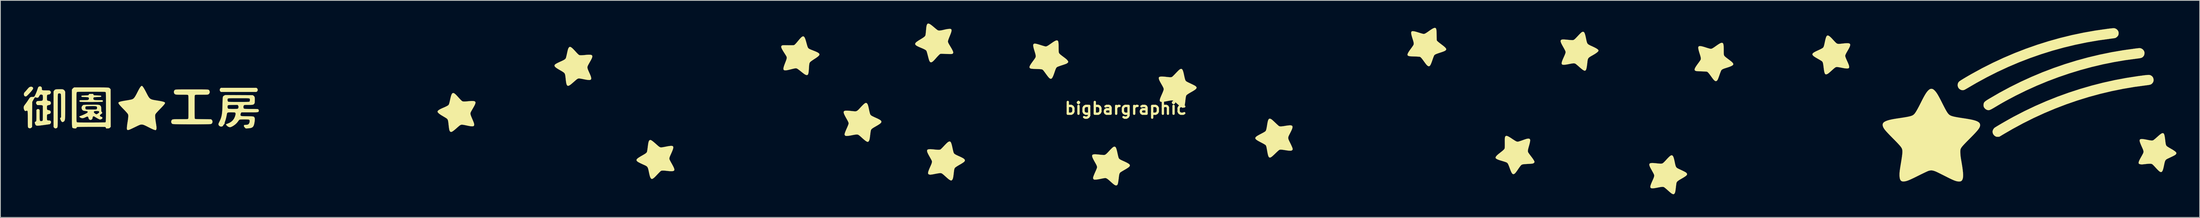
<source format=kicad_pcb>
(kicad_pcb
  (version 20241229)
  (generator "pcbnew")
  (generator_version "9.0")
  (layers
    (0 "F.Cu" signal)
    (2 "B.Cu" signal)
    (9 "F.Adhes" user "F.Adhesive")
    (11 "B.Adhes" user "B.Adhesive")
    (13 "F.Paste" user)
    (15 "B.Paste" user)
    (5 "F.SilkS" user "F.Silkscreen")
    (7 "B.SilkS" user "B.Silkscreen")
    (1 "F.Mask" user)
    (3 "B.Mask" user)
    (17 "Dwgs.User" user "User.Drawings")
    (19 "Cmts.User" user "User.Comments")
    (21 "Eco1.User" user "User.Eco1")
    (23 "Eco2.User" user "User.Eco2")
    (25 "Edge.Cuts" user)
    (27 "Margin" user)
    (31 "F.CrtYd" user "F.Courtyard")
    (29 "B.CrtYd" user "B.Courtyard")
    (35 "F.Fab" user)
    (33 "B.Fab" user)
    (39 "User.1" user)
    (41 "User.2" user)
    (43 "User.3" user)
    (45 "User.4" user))
  (footprint "bigbargraphic"
    (layer "F.Cu")
    (at 142.167 10.999)
    (property "Reference" "bigbargraphic" (at 0 0 0) (layer "F.SilkS") (effects (font (size 1.524 1.524) (thickness 0.3))))
    (attr through_hole)
    (fp_poly (pts (xy -112.059 -2.593) (xy -112.005 -2.537) (xy -111.981 -2.481) (xy -111.976 -2.4) (xy -111.982 -2.319) (xy -112.006 -2.263) (xy -112.059 -2.208) (xy -112.142 -2.134) (xy -116.717 -2.134) (xy -116.791 -2.208) (xy -116.841 -2.268) (xy -116.862 -2.334) (xy -116.865 -2.4) (xy -116.858 -2.486) (xy -116.831 -2.548) (xy -116.791 -2.593) (xy -116.717 -2.667) (xy -112.142 -2.667) (xy -112.059 -2.593)) (stroke (width 0.01) (type solid)) (fill yes) (layer "F.SilkS"))
    (fp_poly (pts (xy -141.131 -2.804) (xy -141.038 -2.767) (xy -140.973 -2.703) (xy -140.945 -2.616) (xy -140.945 -2.603) (xy -140.964 -2.531) (xy -141.023 -2.43) (xy -141.12 -2.299) (xy -141.253 -2.141) (xy -141.423 -1.955) (xy -141.538 -1.835) (xy -141.647 -1.724) (xy -141.729 -1.646) (xy -141.789 -1.595) (xy -141.834 -1.565) (xy -141.871 -1.552) (xy -141.895 -1.55) (xy -141.966 -1.559) (xy -142.018 -1.577) (xy -142.075 -1.635) (xy -142.118 -1.724) (xy -142.138 -1.825) (xy -142.138 -1.841) (xy -142.118 -1.961) (xy -142.055 -2.072) (xy -141.985 -2.146) (xy -141.938 -2.195) (xy -141.868 -2.273) (xy -141.784 -2.37) (xy -141.696 -2.474) (xy -141.691 -2.481) (xy -141.593 -2.596) (xy -141.518 -2.676) (xy -141.456 -2.731) (xy -141.401 -2.766) (xy -141.364 -2.783) (xy -141.243 -2.811) (xy -141.131 -2.804)) (stroke (width 0.01) (type solid)) (fill yes) (layer "F.SilkS"))
    (fp_poly (pts (xy 132.028 -4.337) (xy 132.1 -4.326) (xy 132.163 -4.308) (xy 132.22 -4.284) (xy 132.373 -4.187) (xy 132.487 -4.058) (xy 132.561 -3.901) (xy 132.591 -3.721) (xy 132.591 -3.692) (xy 132.577 -3.535) (xy 132.531 -3.404) (xy 132.445 -3.28) (xy 132.424 -3.255) (xy 132.362 -3.193) (xy 132.297 -3.143) (xy 132.222 -3.104) (xy 132.128 -3.072) (xy 132.007 -3.046) (xy 131.851 -3.021) (xy 131.661 -2.997) (xy 130.152 -2.793) (xy 128.653 -2.539) (xy 127.164 -2.235) (xy 125.686 -1.883) (xy 124.221 -1.482) (xy 122.77 -1.032) (xy 121.333 -0.535) (xy 119.912 0.01) (xy 118.508 0.602) (xy 117.121 1.241) (xy 115.753 1.927) (xy 114.406 2.659) (xy 113.351 3.272) (xy 112.694 3.666) (xy 112.513 3.676) (xy 112.404 3.678) (xy 112.323 3.669) (xy 112.247 3.644) (xy 112.203 3.624) (xy 112.059 3.53) (xy 111.944 3.403) (xy 111.863 3.254) (xy 111.822 3.092) (xy 111.823 2.949) (xy 111.863 2.806) (xy 111.936 2.666) (xy 112.032 2.548) (xy 112.096 2.495) (xy 112.201 2.426) (xy 112.345 2.337) (xy 112.522 2.229) (xy 112.726 2.108) (xy 112.951 1.975) (xy 113.193 1.835) (xy 113.444 1.69) (xy 113.7 1.544) (xy 113.954 1.4) (xy 114.201 1.262) (xy 114.435 1.134) (xy 114.586 1.051) (xy 115.954 0.341) (xy 117.345 -0.323) (xy 118.757 -0.942) (xy 120.189 -1.515) (xy 121.639 -2.041) (xy 123.106 -2.52) (xy 124.588 -2.952) (xy 126.084 -3.336) (xy 127.592 -3.671) (xy 129.112 -3.957) (xy 130.641 -4.194) (xy 131.295 -4.28) (xy 131.515 -4.306) (xy 131.691 -4.325) (xy 131.83 -4.336) (xy 131.941 -4.34) (xy 132.028 -4.337)) (stroke (width 0.01) (type solid)) (fill yes) (layer "F.SilkS"))
    (fp_poly (pts (xy 127.528 -10.391) (xy 127.566 -10.385) (xy 127.727 -10.325) (xy 127.87 -10.224) (xy 127.983 -10.089) (xy 128.001 -10.058) (xy 128.045 -9.971) (xy 128.069 -9.895) (xy 128.078 -9.806) (xy 128.079 -9.741) (xy 128.072 -9.616) (xy 128.05 -9.52) (xy 128.023 -9.458) (xy 127.952 -9.356) (xy 127.856 -9.258) (xy 127.75 -9.176) (xy 127.649 -9.126) (xy 127.643 -9.124) (xy 127.589 -9.113) (xy 127.493 -9.097) (xy 127.366 -9.077) (xy 127.216 -9.057) (xy 127.052 -9.035) (xy 127.013 -9.03) (xy 125.492 -8.819) (xy 123.983 -8.558) (xy 122.487 -8.247) (xy 121.005 -7.889) (xy 119.536 -7.481) (xy 118.082 -7.025) (xy 116.645 -6.522) (xy 115.223 -5.971) (xy 113.819 -5.372) (xy 112.434 -4.726) (xy 111.067 -4.033) (xy 109.72 -3.294) (xy 108.864 -2.794) (xy 108.7 -2.696) (xy 108.545 -2.606) (xy 108.407 -2.527) (xy 108.293 -2.462) (xy 108.208 -2.417) (xy 108.159 -2.393) (xy 108.156 -2.392) (xy 108.038 -2.369) (xy 107.903 -2.367) (xy 107.779 -2.388) (xy 107.755 -2.396) (xy 107.589 -2.482) (xy 107.46 -2.601) (xy 107.37 -2.749) (xy 107.322 -2.92) (xy 107.316 -3.021) (xy 107.333 -3.193) (xy 107.388 -3.336) (xy 107.484 -3.463) (xy 107.5 -3.479) (xy 107.557 -3.524) (xy 107.655 -3.593) (xy 107.791 -3.681) (xy 107.963 -3.788) (xy 108.165 -3.912) (xy 108.397 -4.05) (xy 108.654 -4.201) (xy 108.932 -4.362) (xy 109.118 -4.468) (xy 110.478 -5.214) (xy 111.86 -5.913) (xy 113.262 -6.567) (xy 114.683 -7.174) (xy 116.123 -7.734) (xy 117.579 -8.247) (xy 119.052 -8.712) (xy 120.539 -9.129) (xy 122.04 -9.498) (xy 123.552 -9.817) (xy 125.077 -10.088) (xy 126.611 -10.309) (xy 126.924 -10.348) (xy 127.115 -10.37) (xy 127.264 -10.385) (xy 127.377 -10.393) (xy 127.463 -10.395) (xy 127.528 -10.391)) (stroke (width 0.01) (type solid)) (fill yes) (layer "F.SilkS"))
    (fp_poly (pts (xy 130.82 -7.812) (xy 130.869 -7.806) (xy 130.915 -7.796) (xy 130.951 -7.786) (xy 131.106 -7.715) (xy 131.241 -7.604) (xy 131.344 -7.463) (xy 131.369 -7.411) (xy 131.403 -7.317) (xy 131.416 -7.228) (xy 131.414 -7.117) (xy 131.414 -7.113) (xy 131.392 -6.962) (xy 131.344 -6.841) (xy 131.261 -6.729) (xy 131.214 -6.68) (xy 131.156 -6.63) (xy 131.093 -6.59) (xy 131.018 -6.556) (xy 130.921 -6.528) (xy 130.798 -6.503) (xy 130.639 -6.479) (xy 130.437 -6.453) (xy 130.416 -6.451) (xy 128.955 -6.254) (xy 127.496 -6.006) (xy 126.039 -5.71) (xy 124.589 -5.365) (xy 123.147 -4.972) (xy 121.717 -4.533) (xy 120.299 -4.048) (xy 118.898 -3.518) (xy 117.516 -2.943) (xy 116.154 -2.324) (xy 114.816 -1.663) (xy 113.856 -1.154) (xy 113.651 -1.042) (xy 113.473 -0.945) (xy 113.315 -0.857) (xy 113.168 -0.774) (xy 113.024 -0.692) (xy 112.874 -0.605) (xy 112.711 -0.509) (xy 112.526 -0.4) (xy 112.311 -0.271) (xy 112.154 -0.177) (xy 111.948 -0.055) (xy 111.778 0.042) (xy 111.64 0.117) (xy 111.527 0.17) (xy 111.433 0.205) (xy 111.352 0.223) (xy 111.278 0.227) (xy 111.205 0.218) (xy 111.128 0.198) (xy 111.1 0.19) (xy 110.952 0.119) (xy 110.821 0.006) (xy 110.725 -0.123) (xy 110.687 -0.195) (xy 110.666 -0.264) (xy 110.657 -0.348) (xy 110.656 -0.432) (xy 110.66 -0.542) (xy 110.675 -0.637) (xy 110.706 -0.722) (xy 110.757 -0.802) (xy 110.832 -0.882) (xy 110.936 -0.967) (xy 111.074 -1.062) (xy 111.25 -1.174) (xy 111.357 -1.239) (xy 112.697 -2.021) (xy 114.06 -2.757) (xy 115.444 -3.447) (xy 116.849 -4.091) (xy 118.273 -4.689) (xy 119.716 -5.24) (xy 121.176 -5.744) (xy 122.652 -6.201) (xy 124.144 -6.61) (xy 125.65 -6.97) (xy 127.169 -7.282) (xy 128.701 -7.545) (xy 130.244 -7.759) (xy 130.256 -7.76) (xy 130.438 -7.782) (xy 130.577 -7.798) (xy 130.682 -7.808) (xy 130.76 -7.812) (xy 130.82 -7.812)) (stroke (width 0.01) (type solid)) (fill yes) (layer "F.SilkS"))
    (fp_poly (pts (xy -137.225 -2.484) (xy -137.162 -2.478) (xy -137.113 -2.468) (xy -137.071 -2.452) (xy -137.033 -2.433) (xy -136.935 -2.366) (xy -136.867 -2.272) (xy -136.862 -2.262) (xy -136.804 -2.148) (xy -136.805 -0.471) (xy -136.805 -0.109) (xy -136.806 0.206) (xy -136.807 0.477) (xy -136.809 0.709) (xy -136.813 0.904) (xy -136.817 1.067) (xy -136.823 1.201) (xy -136.831 1.309) (xy -136.84 1.396) (xy -136.852 1.465) (xy -136.865 1.52) (xy -136.881 1.564) (xy -136.899 1.601) (xy -136.908 1.616) (xy -136.967 1.683) (xy -137.046 1.736) (xy -137.126 1.766) (xy -137.185 1.765) (xy -137.256 1.719) (xy -137.325 1.631) (xy -137.387 1.508) (xy -137.413 1.438) (xy -137.467 1.275) (xy -137.403 1.21) (xy -137.338 1.145) (xy -137.338 -0.338) (xy -137.338 -0.65) (xy -137.338 -0.915) (xy -137.339 -1.137) (xy -137.339 -1.32) (xy -137.341 -1.469) (xy -137.343 -1.587) (xy -137.346 -1.678) (xy -137.35 -1.746) (xy -137.355 -1.796) (xy -137.362 -1.831) (xy -137.37 -1.855) (xy -137.379 -1.873) (xy -137.39 -1.888) (xy -137.39 -1.889) (xy -137.459 -1.939) (xy -137.549 -1.959) (xy -137.642 -1.949) (xy -137.717 -1.906) (xy -137.719 -1.905) (xy -137.728 -1.895) (xy -137.736 -1.882) (xy -137.743 -1.863) (xy -137.748 -1.834) (xy -137.753 -1.793) (xy -137.758 -1.735) (xy -137.761 -1.658) (xy -137.764 -1.559) (xy -137.766 -1.433) (xy -137.767 -1.278) (xy -137.768 -1.091) (xy -137.769 -0.867) (xy -137.769 -0.605) (xy -137.77 -0.3) (xy -137.77 0.051) (xy -137.77 0.255) (xy -137.77 0.642) (xy -137.77 0.98) (xy -137.77 1.275) (xy -137.771 1.528) (xy -137.772 1.744) (xy -137.775 1.925) (xy -137.778 2.074) (xy -137.783 2.196) (xy -137.79 2.292) (xy -137.798 2.367) (xy -137.809 2.423) (xy -137.821 2.464) (xy -137.836 2.493) (xy -137.854 2.513) (xy -137.874 2.528) (xy -137.898 2.54) (xy -137.921 2.552) (xy -138.016 2.586) (xy -138.106 2.578) (xy -138.141 2.566) (xy -138.194 2.531) (xy -138.248 2.476) (xy -138.249 2.475) (xy -138.303 2.406) (xy -138.303 -2.202) (xy -138.246 -2.286) (xy -138.2 -2.35) (xy -138.156 -2.398) (xy -138.106 -2.432) (xy -138.042 -2.455) (xy -137.955 -2.47) (xy -137.837 -2.478) (xy -137.68 -2.483) (xy -137.596 -2.484) (xy -137.434 -2.487) (xy -137.313 -2.487) (xy -137.225 -2.484)) (stroke (width 0.01) (type solid)) (fill yes) (layer "F.SilkS"))
    (fp_poly (pts (xy -133.172 -1.803) (xy -133.142 -1.744) (xy -133.112 -1.708) (xy -133.112 -1.708) (xy -133.078 -1.701) (xy -133.002 -1.694) (xy -132.894 -1.687) (xy -132.761 -1.68) (xy -132.641 -1.676) (xy -132.479 -1.671) (xy -132.36 -1.666) (xy -132.278 -1.659) (xy -132.224 -1.65) (xy -132.192 -1.638) (xy -132.174 -1.623) (xy -132.172 -1.619) (xy -132.157 -1.564) (xy -132.172 -1.53) (xy -132.188 -1.514) (xy -132.217 -1.501) (xy -132.268 -1.492) (xy -132.346 -1.485) (xy -132.46 -1.479) (xy -132.616 -1.473) (xy -132.629 -1.473) (xy -132.774 -1.467) (xy -132.903 -1.46) (xy -133.008 -1.452) (xy -133.077 -1.445) (xy -133.101 -1.439) (xy -133.149 -1.39) (xy -133.176 -1.313) (xy -133.177 -1.227) (xy -133.169 -1.196) (xy -133.149 -1.155) (xy -133.118 -1.123) (xy -133.068 -1.1) (xy -132.995 -1.084) (xy -132.891 -1.074) (xy -132.75 -1.069) (xy -132.567 -1.067) (xy -132.51 -1.067) (xy -132.357 -1.066) (xy -132.221 -1.064) (xy -132.108 -1.06) (xy -132.03 -1.056) (xy -131.993 -1.051) (xy -131.963 -1.016) (xy -131.954 -0.957) (xy -131.965 -0.897) (xy -131.983 -0.869) (xy -132.003 -0.862) (xy -132.05 -0.856) (xy -132.126 -0.851) (xy -132.234 -0.847) (xy -132.378 -0.844) (xy -132.561 -0.841) (xy -132.784 -0.84) (xy -133.052 -0.839) (xy -133.367 -0.838) (xy -133.453 -0.838) (xy -133.76 -0.838) (xy -134.02 -0.839) (xy -134.238 -0.839) (xy -134.417 -0.84) (xy -134.561 -0.842) (xy -134.674 -0.844) (xy -134.76 -0.848) (xy -134.824 -0.852) (xy -134.869 -0.857) (xy -134.899 -0.864) (xy -134.918 -0.872) (xy -134.931 -0.881) (xy -134.934 -0.885) (xy -134.967 -0.935) (xy -134.976 -0.968) (xy -134.972 -1.001) (xy -134.955 -1.025) (xy -134.92 -1.043) (xy -134.861 -1.055) (xy -134.77 -1.062) (xy -134.643 -1.066) (xy -134.472 -1.067) (xy -134.428 -1.067) (xy -134.261 -1.068) (xy -134.112 -1.072) (xy -133.99 -1.078) (xy -133.903 -1.086) (xy -133.864 -1.094) (xy -133.787 -1.145) (xy -133.745 -1.223) (xy -133.746 -1.315) (xy -133.757 -1.347) (xy -133.787 -1.406) (xy -133.816 -1.442) (xy -133.817 -1.442) (xy -133.851 -1.449) (xy -133.926 -1.456) (xy -134.034 -1.464) (xy -134.165 -1.47) (xy -134.262 -1.473) (xy -134.419 -1.479) (xy -134.533 -1.484) (xy -134.611 -1.492) (xy -134.661 -1.501) (xy -134.691 -1.514) (xy -134.706 -1.53) (xy -134.72 -1.585) (xy -134.706 -1.619) (xy -134.69 -1.636) (xy -134.66 -1.649) (xy -134.61 -1.658) (xy -134.531 -1.665) (xy -134.417 -1.671) (xy -134.26 -1.676) (xy -134.253 -1.676) (xy -134.097 -1.681) (xy -133.983 -1.686) (xy -133.904 -1.693) (xy -133.852 -1.701) (xy -133.818 -1.714) (xy -133.795 -1.731) (xy -133.779 -1.749) (xy -133.745 -1.803) (xy -133.731 -1.844) (xy -133.72 -1.861) (xy -133.684 -1.871) (xy -133.614 -1.877) (xy -133.502 -1.88) (xy -133.467 -1.88) (xy -133.204 -1.88) (xy -133.172 -1.803)) (stroke (width 0.01) (type solid)) (fill yes) (layer "F.SilkS"))
    (fp_poly (pts (xy 70.506 6.098) (xy 70.558 6.143) (xy 70.56 6.146) (xy 70.606 6.209) (xy 70.649 6.301) (xy 70.693 6.426) (xy 70.737 6.59) (xy 70.785 6.796) (xy 70.816 6.947) (xy 70.859 7.157) (xy 70.898 7.325) (xy 70.937 7.456) (xy 70.98 7.558) (xy 71.031 7.637) (xy 71.095 7.701) (xy 71.175 7.756) (xy 71.276 7.81) (xy 71.357 7.849) (xy 71.593 7.959) (xy 71.787 8.051) (xy 71.944 8.128) (xy 72.068 8.191) (xy 72.164 8.243) (xy 72.235 8.286) (xy 72.287 8.324) (xy 72.325 8.357) (xy 72.334 8.368) (xy 72.383 8.433) (xy 72.409 8.495) (xy 72.409 8.557) (xy 72.379 8.622) (xy 72.319 8.693) (xy 72.224 8.773) (xy 72.092 8.865) (xy 71.921 8.972) (xy 71.707 9.097) (xy 71.642 9.134) (xy 71.451 9.246) (xy 71.303 9.343) (xy 71.193 9.429) (xy 71.116 9.509) (xy 71.067 9.585) (xy 71.047 9.639) (xy 71.035 9.697) (xy 71.02 9.795) (xy 71.002 9.923) (xy 70.983 10.071) (xy 70.967 10.211) (xy 70.942 10.427) (xy 70.919 10.599) (xy 70.897 10.734) (xy 70.875 10.838) (xy 70.85 10.918) (xy 70.821 10.98) (xy 70.787 11.033) (xy 70.757 11.068) (xy 70.699 11.112) (xy 70.63 11.12) (xy 70.541 11.091) (xy 70.498 11.07) (xy 70.44 11.037) (xy 70.377 10.996) (xy 70.304 10.94) (xy 70.214 10.867) (xy 70.103 10.771) (xy 69.965 10.648) (xy 69.851 10.545) (xy 69.738 10.445) (xy 69.63 10.354) (xy 69.537 10.278) (xy 69.467 10.226) (xy 69.438 10.208) (xy 69.382 10.184) (xy 69.32 10.169) (xy 69.245 10.164) (xy 69.15 10.169) (xy 69.029 10.184) (xy 68.874 10.21) (xy 68.679 10.247) (xy 68.608 10.262) (xy 68.35 10.311) (xy 68.136 10.344) (xy 67.965 10.358) (xy 67.835 10.35) (xy 67.744 10.318) (xy 67.69 10.258) (xy 67.672 10.168) (xy 67.686 10.046) (xy 67.732 9.888) (xy 67.806 9.692) (xy 67.908 9.455) (xy 67.95 9.362) (xy 68.035 9.169) (xy 68.099 9.014) (xy 68.142 8.89) (xy 68.166 8.788) (xy 68.172 8.7) (xy 68.161 8.62) (xy 68.134 8.539) (xy 68.093 8.45) (xy 68.09 8.444) (xy 68.042 8.354) (xy 67.978 8.235) (xy 67.904 8.101) (xy 67.829 7.967) (xy 67.82 7.95) (xy 67.699 7.73) (xy 67.611 7.547) (xy 67.557 7.398) (xy 67.538 7.281) (xy 67.557 7.192) (xy 67.615 7.13) (xy 67.714 7.092) (xy 67.857 7.075) (xy 68.044 7.077) (xy 68.277 7.096) (xy 68.415 7.11) (xy 68.63 7.134) (xy 68.801 7.151) (xy 68.936 7.159) (xy 69.041 7.161) (xy 69.123 7.155) (xy 69.188 7.141) (xy 69.244 7.119) (xy 69.279 7.1) (xy 69.332 7.06) (xy 69.41 6.99) (xy 69.505 6.897) (xy 69.608 6.789) (xy 69.678 6.713) (xy 69.854 6.52) (xy 70.003 6.365) (xy 70.127 6.245) (xy 70.23 6.159) (xy 70.316 6.103) (xy 70.388 6.076) (xy 70.45 6.075) (xy 70.506 6.098)) (stroke (width 0.01) (type solid)) (fill yes) (layer "F.SilkS"))
    (fp_poly (pts (xy 39.942 -10.427) (xy 39.987 -10.395) (xy 40.016 -10.359) (xy 40.039 -10.317) (xy 40.057 -10.263) (xy 40.071 -10.192) (xy 40.082 -10.096) (xy 40.09 -9.971) (xy 40.097 -9.81) (xy 40.102 -9.606) (xy 40.104 -9.51) (xy 40.119 -8.822) (xy 40.19 -8.73) (xy 40.231 -8.688) (xy 40.306 -8.621) (xy 40.408 -8.537) (xy 40.529 -8.441) (xy 40.662 -8.339) (xy 40.699 -8.311) (xy 40.897 -8.16) (xy 41.056 -8.032) (xy 41.177 -7.924) (xy 41.263 -7.834) (xy 41.316 -7.757) (xy 41.34 -7.691) (xy 41.337 -7.631) (xy 41.309 -7.576) (xy 41.306 -7.571) (xy 41.267 -7.527) (xy 41.214 -7.486) (xy 41.142 -7.444) (xy 41.044 -7.4) (xy 40.915 -7.349) (xy 40.749 -7.291) (xy 40.551 -7.226) (xy 40.345 -7.158) (xy 40.182 -7.1) (xy 40.055 -7.051) (xy 39.959 -7.008) (xy 39.889 -6.967) (xy 39.837 -6.925) (xy 39.798 -6.88) (xy 39.788 -6.867) (xy 39.762 -6.817) (xy 39.725 -6.728) (xy 39.68 -6.611) (xy 39.63 -6.473) (xy 39.586 -6.346) (xy 39.504 -6.107) (xy 39.432 -5.912) (xy 39.369 -5.758) (xy 39.312 -5.641) (xy 39.259 -5.557) (xy 39.207 -5.502) (xy 39.154 -5.471) (xy 39.099 -5.461) (xy 39.094 -5.461) (xy 39.016 -5.48) (xy 38.935 -5.53) (xy 38.934 -5.531) (xy 38.88 -5.577) (xy 38.831 -5.624) (xy 38.781 -5.68) (xy 38.724 -5.75) (xy 38.654 -5.841) (xy 38.566 -5.962) (xy 38.469 -6.096) (xy 38.338 -6.277) (xy 38.229 -6.42) (xy 38.14 -6.527) (xy 38.066 -6.605) (xy 38.004 -6.656) (xy 37.951 -6.685) (xy 37.908 -6.694) (xy 37.821 -6.702) (xy 37.7 -6.711) (xy 37.551 -6.719) (xy 37.382 -6.727) (xy 37.249 -6.731) (xy 37.028 -6.738) (xy 36.852 -6.747) (xy 36.714 -6.756) (xy 36.608 -6.769) (xy 36.528 -6.785) (xy 36.468 -6.805) (xy 36.421 -6.83) (xy 36.392 -6.853) (xy 36.355 -6.905) (xy 36.347 -6.976) (xy 36.367 -7.068) (xy 36.418 -7.186) (xy 36.501 -7.331) (xy 36.617 -7.506) (xy 36.766 -7.714) (xy 36.791 -7.747) (xy 36.884 -7.874) (xy 36.969 -7.995) (xy 37.041 -8.102) (xy 37.093 -8.185) (xy 37.116 -8.228) (xy 37.141 -8.295) (xy 37.153 -8.366) (xy 37.152 -8.449) (xy 37.137 -8.55) (xy 37.107 -8.678) (xy 37.06 -8.84) (xy 37.008 -9.004) (xy 36.933 -9.246) (xy 36.878 -9.446) (xy 36.841 -9.608) (xy 36.823 -9.736) (xy 36.823 -9.835) (xy 36.84 -9.909) (xy 36.874 -9.962) (xy 36.883 -9.972) (xy 36.94 -10.001) (xy 37.026 -10.01) (xy 37.145 -10) (xy 37.3 -9.97) (xy 37.494 -9.919) (xy 37.73 -9.847) (xy 37.813 -9.821) (xy 37.993 -9.763) (xy 38.153 -9.716) (xy 38.285 -9.68) (xy 38.382 -9.658) (xy 38.433 -9.652) (xy 38.494 -9.657) (xy 38.561 -9.676) (xy 38.639 -9.711) (xy 38.736 -9.765) (xy 38.856 -9.843) (xy 39.006 -9.946) (xy 39.134 -10.038) (xy 39.343 -10.184) (xy 39.518 -10.296) (xy 39.663 -10.375) (xy 39.78 -10.422) (xy 39.872 -10.439) (xy 39.942 -10.427)) (stroke (width 0.01) (type solid)) (fill yes) (layer "F.SilkS"))
    (fp_poly (pts (xy -86.703 -1.988) (xy -86.63 -1.956) (xy -86.543 -1.897) (xy -86.44 -1.806) (xy -86.316 -1.683) (xy -86.167 -1.523) (xy -86.07 -1.414) (xy -85.947 -1.279) (xy -85.834 -1.158) (xy -85.735 -1.059) (xy -85.657 -0.987) (xy -85.605 -0.947) (xy -85.604 -0.946) (xy -85.544 -0.919) (xy -85.473 -0.901) (xy -85.384 -0.891) (xy -85.269 -0.891) (xy -85.123 -0.9) (xy -84.936 -0.917) (xy -84.836 -0.927) (xy -84.583 -0.951) (xy -84.376 -0.962) (xy -84.21 -0.961) (xy -84.083 -0.946) (xy -83.989 -0.917) (xy -83.926 -0.874) (xy -83.889 -0.816) (xy -83.887 -0.81) (xy -83.878 -0.744) (xy -83.894 -0.656) (xy -83.934 -0.542) (xy -84 -0.397) (xy -84.095 -0.219) (xy -84.196 -0.042) (xy -84.276 0.096) (xy -84.351 0.228) (xy -84.415 0.342) (xy -84.462 0.431) (xy -84.487 0.481) (xy -84.515 0.551) (xy -84.531 0.62) (xy -84.533 0.692) (xy -84.521 0.777) (xy -84.492 0.88) (xy -84.446 1.01) (xy -84.38 1.173) (xy -84.319 1.316) (xy -84.236 1.512) (xy -84.171 1.669) (xy -84.123 1.792) (xy -84.089 1.889) (xy -84.067 1.966) (xy -84.054 2.029) (xy -84.049 2.086) (xy -84.049 2.11) (xy -84.057 2.188) (xy -84.085 2.248) (xy -84.137 2.29) (xy -84.216 2.314) (xy -84.326 2.321) (xy -84.47 2.311) (xy -84.652 2.284) (xy -84.876 2.24) (xy -85.07 2.198) (xy -85.219 2.167) (xy -85.363 2.14) (xy -85.489 2.12) (xy -85.585 2.11) (xy -85.616 2.108) (xy -85.684 2.111) (xy -85.746 2.122) (xy -85.808 2.146) (xy -85.878 2.186) (xy -85.961 2.247) (xy -86.065 2.333) (xy -86.196 2.447) (xy -86.271 2.514) (xy -86.462 2.683) (xy -86.623 2.817) (xy -86.755 2.919) (xy -86.864 2.99) (xy -86.953 3.032) (xy -87.026 3.047) (xy -87.086 3.038) (xy -87.137 3.007) (xy -87.148 2.996) (xy -87.184 2.955) (xy -87.214 2.904) (xy -87.24 2.838) (xy -87.263 2.75) (xy -87.285 2.635) (xy -87.306 2.487) (xy -87.329 2.3) (xy -87.351 2.096) (xy -87.374 1.89) (xy -87.396 1.728) (xy -87.419 1.602) (xy -87.446 1.506) (xy -87.479 1.432) (xy -87.52 1.374) (xy -87.57 1.324) (xy -87.595 1.304) (xy -87.649 1.266) (xy -87.739 1.209) (xy -87.854 1.138) (xy -87.984 1.061) (xy -88.086 1.001) (xy -88.311 0.865) (xy -88.493 0.741) (xy -88.63 0.631) (xy -88.722 0.534) (xy -88.768 0.453) (xy -88.773 0.421) (xy -88.758 0.356) (xy -88.71 0.289) (xy -88.627 0.217) (xy -88.506 0.14) (xy -88.344 0.054) (xy -88.137 -0.041) (xy -87.998 -0.101) (xy -87.776 -0.199) (xy -87.598 -0.286) (xy -87.465 -0.362) (xy -87.38 -0.425) (xy -87.354 -0.454) (xy -87.325 -0.5) (xy -87.3 -0.554) (xy -87.275 -0.624) (xy -87.248 -0.716) (xy -87.217 -0.84) (xy -87.181 -1.002) (xy -87.158 -1.105) (xy -87.104 -1.343) (xy -87.056 -1.535) (xy -87.011 -1.687) (xy -86.967 -1.802) (xy -86.923 -1.886) (xy -86.877 -1.943) (xy -86.828 -1.977) (xy -86.824 -1.979) (xy -86.766 -1.995) (xy -86.703 -1.988)) (stroke (width 0.01) (type solid)) (fill yes) (layer "F.SilkS"))
    (fp_poly (pts (xy 59.031 -9.924) (xy 59.043 -9.921) (xy 59.096 -9.894) (xy 59.146 -9.839) (xy 59.193 -9.753) (xy 59.238 -9.63) (xy 59.285 -9.468) (xy 59.333 -9.262) (xy 59.373 -9.068) (xy 59.415 -8.864) (xy 59.452 -8.704) (xy 59.487 -8.581) (xy 59.522 -8.487) (xy 59.559 -8.415) (xy 59.6 -8.36) (xy 59.633 -8.327) (xy 59.693 -8.284) (xy 59.788 -8.228) (xy 59.903 -8.166) (xy 60.028 -8.107) (xy 60.033 -8.105) (xy 60.287 -7.989) (xy 60.497 -7.887) (xy 60.664 -7.798) (xy 60.793 -7.719) (xy 60.887 -7.649) (xy 60.948 -7.586) (xy 60.979 -7.527) (xy 60.985 -7.487) (xy 60.963 -7.424) (xy 60.896 -7.344) (xy 60.79 -7.249) (xy 60.646 -7.144) (xy 60.47 -7.029) (xy 60.292 -6.924) (xy 60.102 -6.817) (xy 59.95 -6.728) (xy 59.832 -6.651) (xy 59.743 -6.578) (xy 59.678 -6.504) (xy 59.632 -6.42) (xy 59.599 -6.319) (xy 59.576 -6.196) (xy 59.555 -6.042) (xy 59.537 -5.875) (xy 59.507 -5.623) (xy 59.478 -5.417) (xy 59.449 -5.253) (xy 59.419 -5.126) (xy 59.386 -5.031) (xy 59.349 -4.965) (xy 59.308 -4.922) (xy 59.271 -4.902) (xy 59.232 -4.887) (xy 59.205 -4.881) (xy 59.175 -4.887) (xy 59.129 -4.907) (xy 59.052 -4.946) (xy 59.04 -4.952) (xy 58.954 -5.006) (xy 58.837 -5.093) (xy 58.693 -5.211) (xy 58.528 -5.357) (xy 58.509 -5.374) (xy 58.386 -5.484) (xy 58.267 -5.587) (xy 58.162 -5.675) (xy 58.078 -5.743) (xy 58.022 -5.782) (xy 58.019 -5.784) (xy 57.957 -5.815) (xy 57.89 -5.835) (xy 57.812 -5.843) (xy 57.714 -5.84) (xy 57.589 -5.825) (xy 57.431 -5.798) (xy 57.232 -5.758) (xy 57.195 -5.751) (xy 56.925 -5.699) (xy 56.701 -5.667) (xy 56.524 -5.654) (xy 56.393 -5.66) (xy 56.308 -5.686) (xy 56.289 -5.7) (xy 56.25 -5.752) (xy 56.233 -5.824) (xy 56.238 -5.919) (xy 56.265 -6.042) (xy 56.317 -6.196) (xy 56.393 -6.385) (xy 56.492 -6.608) (xy 56.584 -6.813) (xy 56.654 -6.978) (xy 56.703 -7.108) (xy 56.732 -7.207) (xy 56.743 -7.28) (xy 56.744 -7.292) (xy 56.739 -7.34) (xy 56.722 -7.4) (xy 56.692 -7.477) (xy 56.644 -7.576) (xy 56.578 -7.704) (xy 56.489 -7.865) (xy 56.412 -8.001) (xy 56.295 -8.213) (xy 56.206 -8.388) (xy 56.145 -8.53) (xy 56.109 -8.642) (xy 56.098 -8.73) (xy 56.109 -8.796) (xy 56.113 -8.806) (xy 56.143 -8.853) (xy 56.184 -8.889) (xy 56.242 -8.914) (xy 56.322 -8.929) (xy 56.43 -8.935) (xy 56.571 -8.931) (xy 56.749 -8.919) (xy 56.969 -8.897) (xy 57.074 -8.886) (xy 57.243 -8.87) (xy 57.398 -8.857) (xy 57.529 -8.849) (xy 57.627 -8.845) (xy 57.685 -8.848) (xy 57.687 -8.848) (xy 57.744 -8.863) (xy 57.801 -8.888) (xy 57.862 -8.927) (xy 57.933 -8.986) (xy 58.02 -9.067) (xy 58.128 -9.178) (xy 58.262 -9.32) (xy 58.304 -9.366) (xy 58.462 -9.535) (xy 58.592 -9.669) (xy 58.697 -9.772) (xy 58.784 -9.845) (xy 58.856 -9.894) (xy 58.919 -9.921) (xy 58.975 -9.93) (xy 59.031 -9.924)) (stroke (width 0.01) (type solid)) (fill yes) (layer "F.SilkS"))
    (fp_poly (pts (xy 76.968 -8.491) (xy 77.018 -8.462) (xy 77.058 -8.411) (xy 77.088 -8.334) (xy 77.111 -8.227) (xy 77.126 -8.086) (xy 77.135 -7.905) (xy 77.14 -7.68) (xy 77.14 -7.534) (xy 77.141 -7.346) (xy 77.143 -7.201) (xy 77.147 -7.092) (xy 77.152 -7.011) (xy 77.161 -6.952) (xy 77.173 -6.906) (xy 77.187 -6.87) (xy 77.21 -6.826) (xy 77.242 -6.782) (xy 77.287 -6.733) (xy 77.351 -6.675) (xy 77.437 -6.603) (xy 77.552 -6.513) (xy 77.7 -6.401) (xy 77.829 -6.305) (xy 78.015 -6.162) (xy 78.16 -6.042) (xy 78.265 -5.939) (xy 78.334 -5.852) (xy 78.369 -5.777) (xy 78.372 -5.71) (xy 78.346 -5.649) (xy 78.341 -5.641) (xy 78.275 -5.58) (xy 78.163 -5.512) (xy 78.007 -5.44) (xy 77.811 -5.365) (xy 77.578 -5.288) (xy 77.53 -5.273) (xy 77.329 -5.21) (xy 77.171 -5.156) (xy 77.049 -5.106) (xy 76.958 -5.059) (xy 76.891 -5.011) (xy 76.842 -4.959) (xy 76.824 -4.934) (xy 76.797 -4.88) (xy 76.757 -4.788) (xy 76.709 -4.666) (xy 76.656 -4.523) (xy 76.601 -4.368) (xy 76.595 -4.348) (xy 76.541 -4.191) (xy 76.488 -4.045) (xy 76.441 -3.918) (xy 76.403 -3.819) (xy 76.377 -3.758) (xy 76.375 -3.754) (xy 76.296 -3.629) (xy 76.212 -3.555) (xy 76.123 -3.532) (xy 76.028 -3.559) (xy 75.967 -3.6) (xy 75.914 -3.647) (xy 75.864 -3.694) (xy 75.814 -3.749) (xy 75.757 -3.819) (xy 75.687 -3.911) (xy 75.599 -4.032) (xy 75.502 -4.166) (xy 75.371 -4.347) (xy 75.262 -4.489) (xy 75.173 -4.597) (xy 75.099 -4.674) (xy 75.037 -4.726) (xy 74.984 -4.755) (xy 74.941 -4.763) (xy 74.855 -4.772) (xy 74.733 -4.781) (xy 74.584 -4.789) (xy 74.415 -4.797) (xy 74.282 -4.801) (xy 74.103 -4.808) (xy 73.936 -4.815) (xy 73.79 -4.824) (xy 73.672 -4.833) (xy 73.592 -4.842) (xy 73.561 -4.848) (xy 73.474 -4.884) (xy 73.415 -4.932) (xy 73.385 -4.995) (xy 73.385 -5.075) (xy 73.415 -5.177) (xy 73.476 -5.303) (xy 73.57 -5.457) (xy 73.697 -5.642) (xy 73.814 -5.803) (xy 73.908 -5.931) (xy 73.995 -6.053) (xy 74.068 -6.158) (xy 74.121 -6.24) (xy 74.148 -6.285) (xy 74.175 -6.352) (xy 74.187 -6.429) (xy 74.185 -6.521) (xy 74.166 -6.636) (xy 74.131 -6.78) (xy 74.077 -6.961) (xy 74.041 -7.074) (xy 73.96 -7.339) (xy 73.901 -7.559) (xy 73.866 -7.734) (xy 73.854 -7.864) (xy 73.857 -7.919) (xy 73.877 -7.989) (xy 73.918 -8.039) (xy 73.981 -8.069) (xy 74.072 -8.079) (xy 74.194 -8.068) (xy 74.35 -8.037) (xy 74.544 -7.985) (xy 74.779 -7.912) (xy 74.846 -7.89) (xy 75.016 -7.836) (xy 75.171 -7.79) (xy 75.302 -7.754) (xy 75.401 -7.73) (xy 75.461 -7.722) (xy 75.463 -7.722) (xy 75.524 -7.726) (xy 75.587 -7.742) (xy 75.66 -7.773) (xy 75.749 -7.822) (xy 75.86 -7.892) (xy 76 -7.988) (xy 76.136 -8.085) (xy 76.338 -8.227) (xy 76.505 -8.337) (xy 76.641 -8.417) (xy 76.751 -8.47) (xy 76.839 -8.499) (xy 76.907 -8.504) (xy 76.968 -8.491)) (stroke (width 0.01) (type solid)) (fill yes) (layer "F.SilkS"))
    (fp_poly (pts (xy 90.641 -9.432) (xy 90.737 -9.379) (xy 90.853 -9.29) (xy 90.991 -9.162) (xy 91.153 -8.993) (xy 91.203 -8.937) (xy 91.343 -8.783) (xy 91.455 -8.662) (xy 91.544 -8.571) (xy 91.615 -8.503) (xy 91.674 -8.455) (xy 91.724 -8.421) (xy 91.772 -8.397) (xy 91.776 -8.396) (xy 91.825 -8.378) (xy 91.876 -8.366) (xy 91.937 -8.36) (xy 92.017 -8.361) (xy 92.121 -8.367) (xy 92.259 -8.381) (xy 92.437 -8.4) (xy 92.494 -8.407) (xy 92.762 -8.435) (xy 92.983 -8.45) (xy 93.161 -8.449) (xy 93.295 -8.429) (xy 93.388 -8.388) (xy 93.441 -8.323) (xy 93.456 -8.232) (xy 93.434 -8.111) (xy 93.377 -7.959) (xy 93.286 -7.773) (xy 93.162 -7.55) (xy 93.076 -7.401) (xy 92.968 -7.212) (xy 92.89 -7.06) (xy 92.84 -6.942) (xy 92.815 -6.852) (xy 92.812 -6.818) (xy 92.819 -6.75) (xy 92.841 -6.662) (xy 92.881 -6.547) (xy 92.941 -6.401) (xy 93.021 -6.217) (xy 93.063 -6.125) (xy 93.154 -5.923) (xy 93.222 -5.759) (xy 93.271 -5.626) (xy 93.302 -5.517) (xy 93.317 -5.427) (xy 93.32 -5.373) (xy 93.314 -5.296) (xy 93.293 -5.249) (xy 93.251 -5.214) (xy 93.175 -5.185) (xy 93.064 -5.173) (xy 92.913 -5.179) (xy 92.721 -5.202) (xy 92.486 -5.244) (xy 92.354 -5.27) (xy 92.199 -5.301) (xy 92.049 -5.328) (xy 91.917 -5.349) (xy 91.815 -5.362) (xy 91.765 -5.366) (xy 91.698 -5.364) (xy 91.638 -5.354) (xy 91.577 -5.332) (xy 91.51 -5.293) (xy 91.43 -5.233) (xy 91.329 -5.149) (xy 91.202 -5.036) (xy 91.118 -4.96) (xy 90.947 -4.805) (xy 90.807 -4.682) (xy 90.696 -4.589) (xy 90.61 -4.523) (xy 90.544 -4.479) (xy 90.528 -4.471) (xy 90.406 -4.422) (xy 90.309 -4.416) (xy 90.268 -4.429) (xy 90.223 -4.464) (xy 90.183 -4.525) (xy 90.147 -4.614) (xy 90.114 -4.738) (xy 90.083 -4.9) (xy 90.053 -5.104) (xy 90.028 -5.301) (xy 90.002 -5.515) (xy 89.977 -5.685) (xy 89.953 -5.818) (xy 89.927 -5.919) (xy 89.897 -5.996) (xy 89.861 -6.055) (xy 89.817 -6.103) (xy 89.782 -6.131) (xy 89.731 -6.166) (xy 89.645 -6.22) (xy 89.533 -6.288) (xy 89.404 -6.363) (xy 89.29 -6.429) (xy 89.102 -6.538) (xy 88.953 -6.628) (xy 88.837 -6.703) (xy 88.75 -6.767) (xy 88.686 -6.823) (xy 88.638 -6.877) (xy 88.623 -6.898) (xy 88.58 -6.976) (xy 88.577 -7.04) (xy 88.614 -7.109) (xy 88.636 -7.136) (xy 88.686 -7.186) (xy 88.756 -7.24) (xy 88.852 -7.299) (xy 88.978 -7.366) (xy 89.139 -7.446) (xy 89.341 -7.54) (xy 89.4 -7.566) (xy 89.542 -7.633) (xy 89.675 -7.7) (xy 89.789 -7.761) (xy 89.874 -7.811) (xy 89.913 -7.839) (xy 89.955 -7.879) (xy 89.991 -7.922) (xy 90.022 -7.976) (xy 90.05 -8.047) (xy 90.079 -8.142) (xy 90.111 -8.267) (xy 90.147 -8.43) (xy 90.185 -8.61) (xy 90.236 -8.847) (xy 90.283 -9.037) (xy 90.328 -9.185) (xy 90.373 -9.296) (xy 90.419 -9.373) (xy 90.468 -9.422) (xy 90.523 -9.445) (xy 90.561 -9.449) (xy 90.641 -9.432)) (stroke (width 0.01) (type solid)) (fill yes) (layer "F.SilkS"))
    (fp_poly (pts (xy -71.615 -7.959) (xy -71.524 -7.909) (xy -71.415 -7.824) (xy -71.284 -7.702) (xy -71.13 -7.541) (xy -71.013 -7.414) (xy -70.877 -7.264) (xy -70.768 -7.148) (xy -70.681 -7.06) (xy -70.612 -6.996) (xy -70.554 -6.95) (xy -70.502 -6.918) (xy -70.493 -6.913) (xy -70.424 -6.894) (xy -70.311 -6.886) (xy -70.159 -6.887) (xy -69.974 -6.899) (xy -69.761 -6.92) (xy -69.748 -6.921) (xy -69.487 -6.948) (xy -69.269 -6.959) (xy -69.095 -6.955) (xy -68.968 -6.936) (xy -68.91 -6.915) (xy -68.847 -6.867) (xy -68.813 -6.799) (xy -68.81 -6.708) (xy -68.838 -6.59) (xy -68.897 -6.442) (xy -68.989 -6.261) (xy -69.053 -6.147) (xy -69.13 -6.013) (xy -69.209 -5.871) (xy -69.282 -5.739) (xy -69.333 -5.644) (xy -69.382 -5.546) (xy -69.417 -5.46) (xy -69.437 -5.378) (xy -69.441 -5.294) (xy -69.427 -5.199) (xy -69.396 -5.088) (xy -69.345 -4.953) (xy -69.274 -4.786) (xy -69.184 -4.585) (xy -69.1 -4.396) (xy -69.038 -4.244) (xy -68.995 -4.121) (xy -68.968 -4.02) (xy -68.955 -3.931) (xy -68.953 -3.897) (xy -68.959 -3.817) (xy -68.987 -3.756) (xy -69.039 -3.713) (xy -69.121 -3.688) (xy -69.235 -3.681) (xy -69.385 -3.691) (xy -69.574 -3.717) (xy -69.806 -3.76) (xy -69.926 -3.785) (xy -70.084 -3.817) (xy -70.231 -3.844) (xy -70.359 -3.866) (xy -70.456 -3.881) (xy -70.514 -3.886) (xy -70.514 -3.886) (xy -70.592 -3.88) (xy -70.666 -3.858) (xy -70.746 -3.816) (xy -70.841 -3.749) (xy -70.958 -3.651) (xy -71.008 -3.607) (xy -71.188 -3.447) (xy -71.337 -3.318) (xy -71.456 -3.215) (xy -71.553 -3.135) (xy -71.63 -3.075) (xy -71.694 -3.03) (xy -71.747 -2.997) (xy -71.765 -2.987) (xy -71.86 -2.942) (xy -71.927 -2.924) (xy -71.981 -2.933) (xy -72.026 -2.958) (xy -72.068 -2.999) (xy -72.105 -3.06) (xy -72.138 -3.147) (xy -72.167 -3.263) (xy -72.194 -3.415) (xy -72.22 -3.608) (xy -72.246 -3.845) (xy -72.25 -3.886) (xy -72.272 -4.086) (xy -72.293 -4.242) (xy -72.317 -4.363) (xy -72.345 -4.456) (xy -72.379 -4.528) (xy -72.422 -4.587) (xy -72.475 -4.64) (xy -72.476 -4.64) (xy -72.54 -4.689) (xy -72.637 -4.755) (xy -72.754 -4.828) (xy -72.878 -4.901) (xy -72.895 -4.91) (xy -73.124 -5.042) (xy -73.309 -5.155) (xy -73.454 -5.253) (xy -73.561 -5.339) (xy -73.633 -5.415) (xy -73.674 -5.485) (xy -73.685 -5.551) (xy -73.671 -5.615) (xy -73.659 -5.64) (xy -73.615 -5.693) (xy -73.533 -5.755) (xy -73.409 -5.829) (xy -73.243 -5.915) (xy -73.032 -6.016) (xy -72.911 -6.07) (xy -72.715 -6.16) (xy -72.56 -6.236) (xy -72.442 -6.301) (xy -72.354 -6.361) (xy -72.291 -6.417) (xy -72.247 -6.475) (xy -72.222 -6.524) (xy -72.204 -6.579) (xy -72.178 -6.673) (xy -72.147 -6.797) (xy -72.113 -6.941) (xy -72.084 -7.074) (xy -72.042 -7.269) (xy -72.008 -7.422) (xy -71.98 -7.54) (xy -71.956 -7.629) (xy -71.934 -7.698) (xy -71.913 -7.753) (xy -71.889 -7.801) (xy -71.867 -7.841) (xy -71.815 -7.915) (xy -71.758 -7.961) (xy -71.692 -7.976) (xy -71.615 -7.959)) (stroke (width 0.01) (type solid)) (fill yes) (layer "F.SilkS"))
    (fp_poly (pts (xy -61.249 4.109) (xy -61.171 4.149) (xy -61.075 4.213) (xy -60.958 4.304) (xy -60.815 4.423) (xy -60.643 4.574) (xy -60.443 4.752) (xy -60.311 4.869) (xy -60.204 4.952) (xy -60.115 5.008) (xy -60.036 5.04) (xy -59.959 5.053) (xy -59.921 5.055) (xy -59.864 5.05) (xy -59.767 5.036) (xy -59.639 5.015) (xy -59.49 4.988) (xy -59.33 4.957) (xy -59.312 4.953) (xy -59.066 4.906) (xy -58.864 4.874) (xy -58.703 4.857) (xy -58.579 4.856) (xy -58.488 4.869) (xy -58.426 4.898) (xy -58.389 4.942) (xy -58.378 4.972) (xy -58.368 5.035) (xy -58.369 5.106) (xy -58.383 5.19) (xy -58.412 5.293) (xy -58.457 5.421) (xy -58.519 5.577) (xy -58.602 5.769) (xy -58.705 6) (xy -58.709 6.007) (xy -58.782 6.174) (xy -58.832 6.305) (xy -58.861 6.408) (xy -58.872 6.491) (xy -58.865 6.563) (xy -58.857 6.595) (xy -58.834 6.653) (xy -58.791 6.744) (xy -58.733 6.856) (xy -58.667 6.978) (xy -58.649 7.01) (xy -58.517 7.247) (xy -58.411 7.444) (xy -58.33 7.607) (xy -58.273 7.739) (xy -58.238 7.844) (xy -58.224 7.926) (xy -58.23 7.99) (xy -58.255 8.039) (xy -58.298 8.078) (xy -58.328 8.096) (xy -58.409 8.12) (xy -58.535 8.133) (xy -58.701 8.134) (xy -58.903 8.123) (xy -59.136 8.1) (xy -59.207 8.091) (xy -59.452 8.065) (xy -59.652 8.054) (xy -59.805 8.057) (xy -59.91 8.076) (xy -59.939 8.088) (xy -59.967 8.105) (xy -60.004 8.136) (xy -60.055 8.182) (xy -60.124 8.249) (xy -60.212 8.339) (xy -60.325 8.455) (xy -60.465 8.601) (xy -60.636 8.782) (xy -60.639 8.785) (xy -60.778 8.924) (xy -60.905 9.031) (xy -61.014 9.105) (xy -61.101 9.141) (xy -61.128 9.144) (xy -61.181 9.125) (xy -61.239 9.078) (xy -61.248 9.068) (xy -61.295 9) (xy -61.339 8.912) (xy -61.38 8.796) (xy -61.421 8.647) (xy -61.465 8.457) (xy -61.492 8.331) (xy -61.537 8.111) (xy -61.577 7.934) (xy -61.616 7.793) (xy -61.657 7.683) (xy -61.705 7.597) (xy -61.764 7.528) (xy -61.838 7.47) (xy -61.931 7.416) (xy -62.048 7.359) (xy -62.142 7.317) (xy -62.381 7.208) (xy -62.577 7.116) (xy -62.734 7.037) (xy -62.857 6.97) (xy -62.95 6.911) (xy -63.017 6.859) (xy -63.063 6.81) (xy -63.091 6.762) (xy -63.093 6.758) (xy -63.107 6.697) (xy -63.098 6.636) (xy -63.061 6.571) (xy -62.993 6.5) (xy -62.891 6.419) (xy -62.752 6.325) (xy -62.572 6.216) (xy -62.408 6.121) (xy -62.224 6.015) (xy -62.08 5.929) (xy -61.97 5.858) (xy -61.89 5.798) (xy -61.832 5.745) (xy -61.793 5.696) (xy -61.766 5.646) (xy -61.762 5.637) (xy -61.747 5.581) (xy -61.728 5.483) (xy -61.706 5.354) (xy -61.684 5.203) (xy -61.663 5.04) (xy -61.659 5.009) (xy -61.63 4.778) (xy -61.603 4.592) (xy -61.576 4.445) (xy -61.548 4.333) (xy -61.518 4.248) (xy -61.485 4.187) (xy -61.455 4.15) (xy -61.411 4.114) (xy -61.365 4.094) (xy -61.312 4.092) (xy -61.249 4.109)) (stroke (width 0.01) (type solid)) (fill yes) (layer "F.SilkS"))
    (fp_poly (pts (xy -1.396 4.962) (xy -1.341 4.994) (xy -1.29 5.051) (xy -1.244 5.139) (xy -1.199 5.261) (xy -1.153 5.423) (xy -1.104 5.627) (xy -1.068 5.797) (xy -1.033 5.958) (xy -0.998 6.11) (xy -0.965 6.242) (xy -0.937 6.346) (xy -0.916 6.41) (xy -0.915 6.412) (xy -0.877 6.482) (xy -0.821 6.545) (xy -0.741 6.606) (xy -0.63 6.67) (xy -0.48 6.742) (xy -0.413 6.773) (xy -0.16 6.887) (xy 0.047 6.986) (xy 0.213 7.073) (xy 0.341 7.149) (xy 0.433 7.217) (xy 0.494 7.278) (xy 0.526 7.335) (xy 0.533 7.378) (xy 0.527 7.432) (xy 0.505 7.485) (xy 0.464 7.541) (xy 0.4 7.603) (xy 0.308 7.673) (xy 0.184 7.756) (xy 0.024 7.854) (xy -0.175 7.972) (xy -0.241 8.01) (xy -0.372 8.086) (xy -0.491 8.158) (xy -0.59 8.22) (xy -0.661 8.266) (xy -0.689 8.287) (xy -0.747 8.348) (xy -0.792 8.423) (xy -0.827 8.522) (xy -0.855 8.654) (xy -0.879 8.822) (xy -0.909 9.076) (xy -0.936 9.284) (xy -0.96 9.453) (xy -0.981 9.586) (xy -1.002 9.69) (xy -1.023 9.77) (xy -1.045 9.832) (xy -1.069 9.879) (xy -1.094 9.916) (xy -1.166 9.969) (xy -1.26 9.981) (xy -1.368 9.95) (xy -1.384 9.942) (xy -1.468 9.892) (xy -1.571 9.816) (xy -1.698 9.712) (xy -1.852 9.577) (xy -2.019 9.425) (xy -2.14 9.317) (xy -2.256 9.219) (xy -2.359 9.141) (xy -2.437 9.088) (xy -2.456 9.077) (xy -2.507 9.054) (xy -2.555 9.037) (xy -2.606 9.027) (xy -2.667 9.026) (xy -2.746 9.033) (xy -2.85 9.05) (xy -2.986 9.076) (xy -3.16 9.111) (xy -3.277 9.136) (xy -3.452 9.171) (xy -3.619 9.199) (xy -3.766 9.219) (xy -3.879 9.228) (xy -3.895 9.229) (xy -3.996 9.229) (xy -4.061 9.225) (xy -4.103 9.21) (xy -4.136 9.183) (xy -4.155 9.161) (xy -4.197 9.098) (xy -4.216 9.037) (xy -4.216 9.031) (xy -4.204 8.942) (xy -4.166 8.811) (xy -4.103 8.64) (xy -4.017 8.43) (xy -3.925 8.222) (xy -3.861 8.079) (xy -3.804 7.945) (xy -3.757 7.829) (xy -3.725 7.741) (xy -3.712 7.698) (xy -3.701 7.621) (xy -3.707 7.541) (xy -3.732 7.449) (xy -3.778 7.338) (xy -3.848 7.2) (xy -3.94 7.035) (xy -4.075 6.795) (xy -4.181 6.594) (xy -4.26 6.427) (xy -4.311 6.291) (xy -4.336 6.183) (xy -4.336 6.101) (xy -4.311 6.04) (xy -4.263 5.997) (xy -4.197 5.97) (xy -4.119 5.954) (xy -4.022 5.947) (xy -3.901 5.947) (xy -3.748 5.955) (xy -3.557 5.972) (xy -3.325 5.997) (xy -3.17 6.013) (xy -3.024 6.026) (xy -2.899 6.034) (xy -2.805 6.036) (xy -2.757 6.034) (xy -2.676 6.01) (xy -2.587 5.959) (xy -2.484 5.876) (xy -2.362 5.757) (xy -2.274 5.664) (xy -2.098 5.474) (xy -1.951 5.319) (xy -1.829 5.196) (xy -1.729 5.102) (xy -1.647 5.034) (xy -1.579 4.989) (xy -1.521 4.963) (xy -1.47 4.953) (xy -1.459 4.953) (xy -1.396 4.962)) (stroke (width 0.01) (type solid)) (fill yes) (layer "F.SilkS"))
    (fp_poly (pts (xy 133.82 3.211) (xy 133.87 3.235) (xy 133.914 3.282) (xy 133.952 3.357) (xy 133.986 3.463) (xy 134.018 3.606) (xy 134.048 3.79) (xy 134.077 4.018) (xy 134.088 4.113) (xy 134.113 4.322) (xy 134.136 4.486) (xy 134.159 4.614) (xy 134.185 4.712) (xy 134.215 4.786) (xy 134.251 4.843) (xy 134.296 4.891) (xy 134.313 4.907) (xy 134.367 4.946) (xy 134.456 5.004) (xy 134.571 5.076) (xy 134.704 5.155) (xy 134.84 5.232) (xy 135.07 5.368) (xy 135.253 5.488) (xy 135.39 5.592) (xy 135.481 5.683) (xy 135.528 5.76) (xy 135.534 5.798) (xy 135.516 5.864) (xy 135.468 5.94) (xy 135.454 5.957) (xy 135.423 5.988) (xy 135.383 6.021) (xy 135.327 6.057) (xy 135.252 6.1) (xy 135.152 6.153) (xy 135.024 6.217) (xy 134.862 6.295) (xy 134.661 6.39) (xy 134.501 6.465) (xy 134.377 6.525) (xy 134.278 6.58) (xy 134.2 6.638) (xy 134.138 6.706) (xy 134.089 6.789) (xy 134.047 6.897) (xy 134.008 7.035) (xy 133.969 7.21) (xy 133.935 7.379) (xy 133.885 7.614) (xy 133.839 7.803) (xy 133.795 7.952) (xy 133.752 8.064) (xy 133.708 8.144) (xy 133.679 8.18) (xy 133.611 8.236) (xy 133.541 8.251) (xy 133.453 8.227) (xy 133.387 8.192) (xy 133.307 8.131) (xy 133.208 8.043) (xy 133.087 7.923) (xy 132.941 7.767) (xy 132.855 7.673) (xy 132.748 7.556) (xy 132.646 7.447) (xy 132.555 7.354) (xy 132.484 7.285) (xy 132.444 7.25) (xy 132.38 7.211) (xy 132.303 7.184) (xy 132.205 7.169) (xy 132.081 7.166) (xy 131.922 7.173) (xy 131.723 7.191) (xy 131.655 7.199) (xy 131.51 7.214) (xy 131.372 7.23) (xy 131.255 7.242) (xy 131.17 7.251) (xy 131.153 7.253) (xy 131.039 7.256) (xy 130.92 7.244) (xy 130.811 7.22) (xy 130.729 7.188) (xy 130.704 7.171) (xy 130.667 7.117) (xy 130.657 7.041) (xy 130.673 6.94) (xy 130.718 6.81) (xy 130.792 6.649) (xy 130.896 6.452) (xy 130.939 6.375) (xy 131.013 6.243) (xy 131.088 6.108) (xy 131.154 5.986) (xy 131.204 5.891) (xy 131.209 5.882) (xy 131.254 5.783) (xy 131.282 5.695) (xy 131.292 5.607) (xy 131.282 5.511) (xy 131.252 5.398) (xy 131.199 5.261) (xy 131.125 5.089) (xy 131.103 5.042) (xy 130.995 4.799) (xy 130.908 4.589) (xy 130.844 4.416) (xy 130.803 4.281) (xy 130.785 4.187) (xy 130.785 4.175) (xy 130.795 4.096) (xy 130.827 4.036) (xy 130.885 3.995) (xy 130.973 3.972) (xy 131.095 3.967) (xy 131.253 3.979) (xy 131.452 4.008) (xy 131.694 4.054) (xy 131.734 4.062) (xy 131.941 4.103) (xy 132.107 4.133) (xy 132.236 4.152) (xy 132.337 4.161) (xy 132.416 4.159) (xy 132.481 4.148) (xy 132.537 4.127) (xy 132.557 4.117) (xy 132.606 4.085) (xy 132.683 4.024) (xy 132.783 3.942) (xy 132.897 3.844) (xy 133.017 3.737) (xy 133.02 3.734) (xy 133.199 3.574) (xy 133.346 3.447) (xy 133.467 3.35) (xy 133.566 3.28) (xy 133.647 3.235) (xy 133.715 3.21) (xy 133.774 3.204) (xy 133.82 3.211)) (stroke (width 0.01) (type solid)) (fill yes) (layer "F.SilkS"))
    (fp_poly (pts (xy -41.543 -9.323) (xy -41.471 -9.259) (xy -41.404 -9.149) (xy -41.338 -8.99) (xy -41.271 -8.783) (xy -41.199 -8.526) (xy -41.198 -8.52) (xy -41.144 -8.323) (xy -41.1 -8.169) (xy -41.064 -8.05) (xy -41.032 -7.962) (xy -41.002 -7.896) (xy -40.973 -7.846) (xy -40.942 -7.807) (xy -40.937 -7.802) (xy -40.904 -7.77) (xy -40.862 -7.739) (xy -40.806 -7.706) (xy -40.73 -7.669) (xy -40.627 -7.623) (xy -40.49 -7.567) (xy -40.315 -7.497) (xy -40.238 -7.467) (xy -40.031 -7.384) (xy -39.868 -7.311) (xy -39.741 -7.247) (xy -39.647 -7.188) (xy -39.579 -7.131) (xy -39.533 -7.074) (xy -39.509 -7.014) (xy -39.517 -6.947) (xy -39.558 -6.873) (xy -39.635 -6.787) (xy -39.75 -6.689) (xy -39.905 -6.575) (xy -40.103 -6.442) (xy -40.178 -6.395) (xy -40.31 -6.308) (xy -40.437 -6.221) (xy -40.548 -6.141) (xy -40.633 -6.076) (xy -40.668 -6.045) (xy -40.716 -5.996) (xy -40.754 -5.946) (xy -40.784 -5.889) (xy -40.807 -5.817) (xy -40.825 -5.724) (xy -40.84 -5.603) (xy -40.853 -5.446) (xy -40.866 -5.247) (xy -40.869 -5.197) (xy -40.884 -4.973) (xy -40.9 -4.794) (xy -40.919 -4.653) (xy -40.94 -4.544) (xy -40.966 -4.46) (xy -40.985 -4.416) (xy -41.044 -4.345) (xy -41.126 -4.318) (xy -41.232 -4.334) (xy -41.364 -4.393) (xy -41.39 -4.408) (xy -41.46 -4.455) (xy -41.56 -4.526) (xy -41.678 -4.616) (xy -41.804 -4.716) (xy -41.897 -4.791) (xy -42.021 -4.891) (xy -42.141 -4.984) (xy -42.248 -5.063) (xy -42.333 -5.121) (xy -42.378 -5.148) (xy -42.429 -5.173) (xy -42.479 -5.189) (xy -42.533 -5.198) (xy -42.599 -5.197) (xy -42.684 -5.186) (xy -42.793 -5.165) (xy -42.933 -5.133) (xy -43.112 -5.088) (xy -43.25 -5.053) (xy -43.501 -4.992) (xy -43.708 -4.95) (xy -43.873 -4.93) (xy -43.999 -4.935) (xy -44.087 -4.967) (xy -44.14 -5.029) (xy -44.159 -5.123) (xy -44.147 -5.252) (xy -44.106 -5.418) (xy -44.037 -5.625) (xy -43.944 -5.874) (xy -43.934 -5.898) (xy -43.858 -6.095) (xy -43.8 -6.252) (xy -43.76 -6.377) (xy -43.736 -6.475) (xy -43.726 -6.555) (xy -43.731 -6.623) (xy -43.747 -6.686) (xy -43.775 -6.751) (xy -43.784 -6.769) (xy -43.81 -6.816) (xy -43.859 -6.896) (xy -43.924 -7.001) (xy -44 -7.121) (xy -44.051 -7.201) (xy -44.186 -7.415) (xy -44.291 -7.594) (xy -44.368 -7.741) (xy -44.417 -7.86) (xy -44.44 -7.955) (xy -44.438 -8.03) (xy -44.414 -8.089) (xy -44.367 -8.137) (xy -44.365 -8.138) (xy -44.342 -8.154) (xy -44.316 -8.166) (xy -44.281 -8.175) (xy -44.231 -8.182) (xy -44.159 -8.185) (xy -44.059 -8.187) (xy -43.926 -8.187) (xy -43.753 -8.186) (xy -43.603 -8.184) (xy -43.417 -8.183) (xy -43.243 -8.182) (xy -43.09 -8.183) (xy -42.966 -8.185) (xy -42.877 -8.188) (xy -42.832 -8.191) (xy -42.782 -8.208) (xy -42.725 -8.243) (xy -42.657 -8.302) (xy -42.573 -8.387) (xy -42.469 -8.503) (xy -42.342 -8.654) (xy -42.263 -8.751) (xy -42.092 -8.956) (xy -41.946 -9.118) (xy -41.822 -9.236) (xy -41.715 -9.311) (xy -41.623 -9.34) (xy -41.543 -9.323)) (stroke (width 0.01) (type solid)) (fill yes) (layer "F.SilkS"))
    (fp_poly (pts (xy -25.34 -10.963) (xy -25.224 -10.899) (xy -25.082 -10.801) (xy -24.913 -10.667) (xy -24.714 -10.499) (xy -24.592 -10.395) (xy -24.476 -10.3) (xy -24.374 -10.219) (xy -24.294 -10.16) (xy -24.245 -10.129) (xy -24.171 -10.102) (xy -24.079 -10.089) (xy -23.963 -10.093) (xy -23.817 -10.112) (xy -23.636 -10.148) (xy -23.419 -10.199) (xy -23.214 -10.245) (xy -23.024 -10.28) (xy -22.855 -10.301) (xy -22.715 -10.31) (xy -22.611 -10.304) (xy -22.558 -10.289) (xy -22.51 -10.251) (xy -22.479 -10.199) (xy -22.468 -10.126) (xy -22.477 -10.03) (xy -22.507 -9.905) (xy -22.558 -9.747) (xy -22.631 -9.552) (xy -22.714 -9.347) (xy -22.799 -9.135) (xy -22.864 -8.961) (xy -22.908 -8.827) (xy -22.929 -8.736) (xy -22.931 -8.723) (xy -22.933 -8.67) (xy -22.929 -8.618) (xy -22.915 -8.562) (xy -22.889 -8.494) (xy -22.848 -8.41) (xy -22.789 -8.302) (xy -22.709 -8.166) (xy -22.606 -7.994) (xy -22.574 -7.94) (xy -22.45 -7.728) (xy -22.358 -7.553) (xy -22.294 -7.411) (xy -22.259 -7.301) (xy -22.25 -7.231) (xy -22.268 -7.174) (xy -22.312 -7.114) (xy -22.316 -7.11) (xy -22.345 -7.085) (xy -22.376 -7.068) (xy -22.418 -7.058) (xy -22.482 -7.052) (xy -22.577 -7.049) (xy -22.711 -7.049) (xy -22.729 -7.049) (xy -22.89 -7.051) (xy -23.079 -7.055) (xy -23.274 -7.062) (xy -23.452 -7.071) (xy -23.47 -7.072) (xy -23.625 -7.08) (xy -23.739 -7.083) (xy -23.82 -7.082) (xy -23.876 -7.076) (xy -23.918 -7.065) (xy -23.94 -7.055) (xy -24.006 -7.008) (xy -24.102 -6.92) (xy -24.227 -6.791) (xy -24.383 -6.621) (xy -24.568 -6.41) (xy -24.584 -6.392) (xy -24.738 -6.223) (xy -24.872 -6.097) (xy -24.986 -6.015) (xy -25.082 -5.975) (xy -25.164 -5.977) (xy -25.232 -6.018) (xy -25.24 -6.026) (xy -25.278 -6.073) (xy -25.312 -6.129) (xy -25.345 -6.201) (xy -25.379 -6.295) (xy -25.416 -6.418) (xy -25.459 -6.576) (xy -25.51 -6.777) (xy -25.517 -6.802) (xy -25.559 -6.967) (xy -25.6 -7.121) (xy -25.638 -7.254) (xy -25.67 -7.358) (xy -25.693 -7.425) (xy -25.699 -7.438) (xy -25.734 -7.492) (xy -25.787 -7.544) (xy -25.862 -7.597) (xy -25.965 -7.655) (xy -26.102 -7.721) (xy -26.278 -7.799) (xy -26.39 -7.846) (xy -26.615 -7.942) (xy -26.795 -8.025) (xy -26.934 -8.098) (xy -27.036 -8.164) (xy -27.106 -8.225) (xy -27.146 -8.284) (xy -27.161 -8.343) (xy -27.161 -8.353) (xy -27.152 -8.412) (xy -27.123 -8.472) (xy -27.07 -8.537) (xy -26.988 -8.611) (xy -26.874 -8.696) (xy -26.725 -8.796) (xy -26.535 -8.914) (xy -26.45 -8.965) (xy -26.268 -9.078) (xy -26.125 -9.171) (xy -26.017 -9.25) (xy -25.939 -9.318) (xy -25.885 -9.381) (xy -25.85 -9.443) (xy -25.835 -9.488) (xy -25.823 -9.548) (xy -25.81 -9.647) (xy -25.794 -9.775) (xy -25.779 -9.922) (xy -25.769 -10.034) (xy -25.751 -10.236) (xy -25.736 -10.394) (xy -25.722 -10.516) (xy -25.71 -10.61) (xy -25.697 -10.683) (xy -25.682 -10.743) (xy -25.666 -10.797) (xy -25.662 -10.806) (xy -25.622 -10.898) (xy -25.573 -10.96) (xy -25.512 -10.993) (xy -25.435 -10.994) (xy -25.34 -10.963)) (stroke (width 0.01) (type solid)) (fill yes) (layer "F.SilkS"))
    (fp_poly (pts (xy -22.642 4.302) (xy -22.589 4.353) (xy -22.539 4.437) (xy -22.491 4.559) (xy -22.443 4.72) (xy -22.393 4.925) (xy -22.339 5.177) (xy -22.338 5.18) (xy -22.305 5.334) (xy -22.271 5.479) (xy -22.239 5.605) (xy -22.211 5.7) (xy -22.195 5.744) (xy -22.167 5.802) (xy -22.129 5.853) (xy -22.076 5.902) (xy -22.003 5.952) (xy -21.904 6.009) (xy -21.771 6.075) (xy -21.601 6.154) (xy -21.504 6.197) (xy -21.286 6.297) (xy -21.112 6.384) (xy -20.977 6.459) (xy -20.878 6.527) (xy -20.81 6.589) (xy -20.77 6.65) (xy -20.753 6.711) (xy -20.752 6.735) (xy -20.759 6.789) (xy -20.784 6.843) (xy -20.831 6.901) (xy -20.904 6.965) (xy -21.006 7.04) (xy -21.142 7.128) (xy -21.316 7.232) (xy -21.51 7.344) (xy -21.646 7.424) (xy -21.773 7.504) (xy -21.882 7.576) (xy -21.963 7.635) (xy -22 7.668) (xy -22.037 7.709) (xy -22.067 7.754) (xy -22.091 7.807) (xy -22.113 7.876) (xy -22.132 7.968) (xy -22.151 8.09) (xy -22.171 8.247) (xy -22.194 8.447) (xy -22.198 8.484) (xy -22.225 8.704) (xy -22.252 8.88) (xy -22.28 9.017) (xy -22.312 9.122) (xy -22.347 9.201) (xy -22.39 9.261) (xy -22.403 9.275) (xy -22.458 9.324) (xy -22.506 9.342) (xy -22.565 9.332) (xy -22.644 9.299) (xy -22.703 9.269) (xy -22.762 9.233) (xy -22.827 9.187) (xy -22.905 9.125) (xy -23.001 9.043) (xy -23.123 8.934) (xy -23.249 8.82) (xy -23.4 8.684) (xy -23.52 8.579) (xy -23.615 8.502) (xy -23.693 8.447) (xy -23.759 8.412) (xy -23.819 8.392) (xy -23.88 8.384) (xy -23.93 8.382) (xy -24 8.387) (xy -24.109 8.401) (xy -24.247 8.423) (xy -24.403 8.45) (xy -24.567 8.481) (xy -24.578 8.483) (xy -24.783 8.524) (xy -24.946 8.553) (xy -25.073 8.572) (xy -25.173 8.581) (xy -25.251 8.581) (xy -25.315 8.573) (xy -25.371 8.557) (xy -25.432 8.527) (xy -25.474 8.483) (xy -25.496 8.421) (xy -25.498 8.337) (xy -25.478 8.228) (xy -25.436 8.09) (xy -25.372 7.919) (xy -25.284 7.71) (xy -25.183 7.483) (xy -25.101 7.295) (xy -25.043 7.144) (xy -25.009 7.022) (xy -24.995 6.922) (xy -25.001 6.838) (xy -25.02 6.776) (xy -25.043 6.727) (xy -25.086 6.643) (xy -25.145 6.533) (xy -25.215 6.406) (xy -25.282 6.287) (xy -25.4 6.075) (xy -25.491 5.901) (xy -25.558 5.759) (xy -25.603 5.644) (xy -25.626 5.552) (xy -25.63 5.477) (xy -25.617 5.415) (xy -25.604 5.386) (xy -25.554 5.337) (xy -25.464 5.305) (xy -25.333 5.287) (xy -25.158 5.285) (xy -24.937 5.299) (xy -24.701 5.323) (xy -24.464 5.349) (xy -24.272 5.363) (xy -24.121 5.365) (xy -24.008 5.356) (xy -23.928 5.335) (xy -23.91 5.327) (xy -23.867 5.295) (xy -23.797 5.232) (xy -23.708 5.145) (xy -23.608 5.043) (xy -23.53 4.96) (xy -23.367 4.786) (xy -23.232 4.645) (xy -23.123 4.535) (xy -23.033 4.451) (xy -22.959 4.389) (xy -22.896 4.345) (xy -22.846 4.317) (xy -22.769 4.288) (xy -22.702 4.282) (xy -22.642 4.302)) (stroke (width 0.01) (type solid)) (fill yes) (layer "F.SilkS"))
    (fp_poly (pts (xy 18.699 1.358) (xy 18.81 1.423) (xy 18.816 1.427) (xy 18.871 1.471) (xy 18.954 1.542) (xy 19.058 1.636) (xy 19.175 1.745) (xy 19.297 1.862) (xy 19.317 1.881) (xy 19.436 1.996) (xy 19.548 2.1) (xy 19.646 2.188) (xy 19.723 2.254) (xy 19.772 2.291) (xy 19.779 2.295) (xy 19.852 2.321) (xy 19.948 2.333) (xy 20.072 2.332) (xy 20.232 2.317) (xy 20.432 2.288) (xy 20.523 2.273) (xy 20.769 2.233) (xy 20.97 2.207) (xy 21.13 2.194) (xy 21.256 2.193) (xy 21.349 2.205) (xy 21.412 2.227) (xy 21.469 2.263) (xy 21.497 2.306) (xy 21.508 2.377) (xy 21.509 2.386) (xy 21.508 2.455) (xy 21.495 2.534) (xy 21.468 2.629) (xy 21.423 2.744) (xy 21.359 2.887) (xy 21.273 3.063) (xy 21.188 3.232) (xy 21.102 3.4) (xy 21.036 3.536) (xy 20.99 3.649) (xy 20.964 3.748) (xy 20.959 3.841) (xy 20.974 3.938) (xy 21.009 4.048) (xy 21.066 4.179) (xy 21.144 4.34) (xy 21.218 4.488) (xy 21.296 4.65) (xy 21.368 4.804) (xy 21.429 4.943) (xy 21.478 5.059) (xy 21.508 5.142) (xy 21.516 5.169) (xy 21.533 5.252) (xy 21.534 5.305) (xy 21.519 5.346) (xy 21.497 5.379) (xy 21.452 5.425) (xy 21.392 5.458) (xy 21.313 5.477) (xy 21.207 5.483) (xy 21.07 5.476) (xy 20.895 5.457) (xy 20.677 5.425) (xy 20.669 5.423) (xy 20.457 5.391) (xy 20.289 5.367) (xy 20.157 5.35) (xy 20.056 5.342) (xy 19.978 5.34) (xy 19.917 5.344) (xy 19.867 5.354) (xy 19.847 5.36) (xy 19.8 5.384) (xy 19.735 5.43) (xy 19.648 5.502) (xy 19.537 5.604) (xy 19.396 5.739) (xy 19.329 5.805) (xy 19.15 5.978) (xy 19.001 6.116) (xy 18.879 6.222) (xy 18.778 6.298) (xy 18.695 6.345) (xy 18.627 6.368) (xy 18.569 6.369) (xy 18.517 6.349) (xy 18.5 6.338) (xy 18.456 6.293) (xy 18.414 6.218) (xy 18.374 6.111) (xy 18.335 5.966) (xy 18.295 5.779) (xy 18.252 5.546) (xy 18.25 5.53) (xy 18.214 5.324) (xy 18.185 5.162) (xy 18.16 5.037) (xy 18.137 4.943) (xy 18.115 4.873) (xy 18.091 4.821) (xy 18.064 4.781) (xy 18.033 4.746) (xy 18.02 4.734) (xy 17.972 4.699) (xy 17.887 4.646) (xy 17.772 4.579) (xy 17.637 4.505) (xy 17.489 4.427) (xy 17.45 4.406) (xy 17.21 4.281) (xy 17.018 4.171) (xy 16.872 4.073) (xy 16.773 3.984) (xy 16.721 3.9) (xy 16.716 3.819) (xy 16.757 3.736) (xy 16.845 3.649) (xy 16.978 3.554) (xy 17.159 3.448) (xy 17.385 3.328) (xy 17.416 3.312) (xy 17.553 3.241) (xy 17.683 3.171) (xy 17.796 3.108) (xy 17.88 3.059) (xy 17.912 3.04) (xy 17.966 3.002) (xy 18.011 2.966) (xy 18.048 2.924) (xy 18.08 2.872) (xy 18.108 2.803) (xy 18.135 2.713) (xy 18.161 2.595) (xy 18.19 2.445) (xy 18.222 2.255) (xy 18.26 2.022) (xy 18.265 1.995) (xy 18.306 1.77) (xy 18.35 1.594) (xy 18.4 1.464) (xy 18.458 1.378) (xy 18.525 1.333) (xy 18.605 1.327) (xy 18.699 1.358)) (stroke (width 0.01) (type solid)) (fill yes) (layer "F.SilkS"))
    (fp_poly (pts (xy -33.454 -0.706) (xy -33.405 -0.676) (xy -33.383 -0.654) (xy -33.341 -0.602) (xy -33.304 -0.543) (xy -33.271 -0.469) (xy -33.238 -0.374) (xy -33.205 -0.251) (xy -33.169 -0.094) (xy -33.127 0.105) (xy -33.11 0.191) (xy -33.08 0.332) (xy -33.047 0.471) (xy -33.017 0.593) (xy -32.991 0.68) (xy -32.967 0.748) (xy -32.939 0.805) (xy -32.901 0.856) (xy -32.849 0.905) (xy -32.776 0.955) (xy -32.678 1.011) (xy -32.548 1.075) (xy -32.382 1.153) (xy -32.212 1.23) (xy -32.004 1.326) (xy -31.84 1.409) (xy -31.715 1.481) (xy -31.625 1.545) (xy -31.566 1.605) (xy -31.533 1.664) (xy -31.521 1.725) (xy -31.521 1.731) (xy -31.531 1.788) (xy -31.562 1.846) (xy -31.617 1.91) (xy -31.702 1.983) (xy -31.819 2.066) (xy -31.973 2.164) (xy -32.167 2.279) (xy -32.291 2.35) (xy -32.465 2.451) (xy -32.599 2.534) (xy -32.7 2.605) (xy -32.772 2.667) (xy -32.823 2.727) (xy -32.857 2.79) (xy -32.879 2.853) (xy -32.894 2.921) (xy -32.912 3.029) (xy -32.932 3.165) (xy -32.952 3.318) (xy -32.968 3.457) (xy -32.995 3.678) (xy -33.02 3.855) (xy -33.046 3.993) (xy -33.075 4.1) (xy -33.108 4.18) (xy -33.146 4.241) (xy -33.173 4.271) (xy -33.222 4.318) (xy -33.26 4.337) (xy -33.307 4.332) (xy -33.378 4.308) (xy -33.459 4.269) (xy -33.563 4.2) (xy -33.692 4.1) (xy -33.85 3.966) (xy -34.038 3.796) (xy -34.049 3.786) (xy -34.194 3.654) (xy -34.31 3.554) (xy -34.403 3.481) (xy -34.48 3.431) (xy -34.549 3.4) (xy -34.614 3.384) (xy -34.685 3.378) (xy -34.704 3.378) (xy -34.779 3.383) (xy -34.892 3.398) (xy -35.032 3.42) (xy -35.185 3.448) (xy -35.303 3.471) (xy -35.512 3.512) (xy -35.698 3.542) (xy -35.852 3.561) (xy -35.95 3.567) (xy -36.051 3.566) (xy -36.116 3.561) (xy -36.158 3.546) (xy -36.191 3.518) (xy -36.21 3.497) (xy -36.251 3.439) (xy -36.271 3.388) (xy -36.271 3.382) (xy -36.258 3.288) (xy -36.219 3.151) (xy -36.154 2.975) (xy -36.065 2.76) (xy -36.004 2.624) (xy -35.939 2.478) (xy -35.879 2.338) (xy -35.828 2.214) (xy -35.791 2.117) (xy -35.774 2.067) (xy -35.752 1.982) (xy -35.747 1.92) (xy -35.759 1.856) (xy -35.775 1.805) (xy -35.803 1.737) (xy -35.851 1.637) (xy -35.913 1.519) (xy -35.982 1.393) (xy -35.997 1.368) (xy -36.127 1.136) (xy -36.23 0.941) (xy -36.306 0.781) (xy -36.356 0.651) (xy -36.383 0.547) (xy -36.386 0.466) (xy -36.367 0.404) (xy -36.327 0.357) (xy -36.32 0.35) (xy -36.261 0.319) (xy -36.179 0.298) (xy -36.069 0.289) (xy -35.925 0.29) (xy -35.744 0.301) (xy -35.518 0.323) (xy -35.478 0.328) (xy -35.32 0.345) (xy -35.172 0.36) (xy -35.045 0.371) (xy -34.948 0.379) (xy -34.895 0.381) (xy -34.796 0.37) (xy -34.699 0.336) (xy -34.599 0.272) (xy -34.487 0.174) (xy -34.357 0.038) (xy -34.349 0.03) (xy -34.16 -0.178) (xy -33.998 -0.348) (xy -33.862 -0.483) (xy -33.749 -0.585) (xy -33.654 -0.656) (xy -33.576 -0.699) (xy -33.51 -0.715) (xy -33.454 -0.706)) (stroke (width 0.01) (type solid)) (fill yes) (layer "F.SilkS"))
    (fp_poly (pts (xy -8.842 -8.808) (xy -8.788 -8.787) (xy -8.746 -8.746) (xy -8.713 -8.68) (xy -8.69 -8.585) (xy -8.675 -8.456) (xy -8.666 -8.289) (xy -8.661 -8.078) (xy -8.661 -7.939) (xy -8.659 -7.768) (xy -8.656 -7.607) (xy -8.651 -7.465) (xy -8.644 -7.353) (xy -8.637 -7.279) (xy -8.634 -7.264) (xy -8.615 -7.203) (xy -8.586 -7.145) (xy -8.54 -7.084) (xy -8.473 -7.016) (xy -8.379 -6.936) (xy -8.253 -6.837) (xy -8.103 -6.724) (xy -7.979 -6.632) (xy -7.863 -6.543) (xy -7.762 -6.464) (xy -7.687 -6.404) (xy -7.658 -6.38) (xy -7.569 -6.292) (xy -7.494 -6.198) (xy -7.441 -6.111) (xy -7.417 -6.041) (xy -7.417 -6.033) (xy -7.439 -5.971) (xy -7.501 -5.902) (xy -7.593 -5.833) (xy -7.658 -5.797) (xy -7.714 -5.773) (xy -7.809 -5.738) (xy -7.933 -5.694) (xy -8.077 -5.645) (xy -8.233 -5.594) (xy -8.242 -5.591) (xy -8.398 -5.539) (xy -8.543 -5.489) (xy -8.669 -5.443) (xy -8.766 -5.405) (xy -8.824 -5.379) (xy -8.826 -5.378) (xy -8.879 -5.342) (xy -8.926 -5.297) (xy -8.97 -5.236) (xy -9.013 -5.152) (xy -9.061 -5.039) (xy -9.116 -4.891) (xy -9.181 -4.7) (xy -9.185 -4.686) (xy -9.27 -4.441) (xy -9.346 -4.241) (xy -9.415 -4.086) (xy -9.479 -3.97) (xy -9.541 -3.893) (xy -9.604 -3.85) (xy -9.669 -3.838) (xy -9.738 -3.855) (xy -9.793 -3.883) (xy -9.854 -3.929) (xy -9.928 -4.003) (xy -10.018 -4.108) (xy -10.127 -4.248) (xy -10.259 -4.427) (xy -10.326 -4.519) (xy -10.411 -4.638) (xy -10.492 -4.748) (xy -10.562 -4.84) (xy -10.613 -4.905) (xy -10.626 -4.921) (xy -10.67 -4.969) (xy -10.713 -5.008) (xy -10.76 -5.037) (xy -10.819 -5.059) (xy -10.896 -5.075) (xy -10.998 -5.087) (xy -11.131 -5.095) (xy -11.302 -5.102) (xy -11.493 -5.108) (xy -11.676 -5.114) (xy -11.846 -5.122) (xy -11.994 -5.131) (xy -12.113 -5.14) (xy -12.195 -5.149) (xy -12.225 -5.155) (xy -12.315 -5.191) (xy -12.377 -5.236) (xy -12.411 -5.295) (xy -12.415 -5.371) (xy -12.389 -5.467) (xy -12.332 -5.587) (xy -12.243 -5.735) (xy -12.121 -5.913) (xy -11.993 -6.091) (xy -11.899 -6.218) (xy -11.813 -6.338) (xy -11.741 -6.443) (xy -11.687 -6.523) (xy -11.662 -6.566) (xy -11.631 -6.634) (xy -11.613 -6.706) (xy -11.609 -6.789) (xy -11.62 -6.89) (xy -11.645 -7.016) (xy -11.687 -7.173) (xy -11.746 -7.369) (xy -11.762 -7.42) (xy -11.835 -7.661) (xy -11.887 -7.859) (xy -11.921 -8.018) (xy -11.935 -8.143) (xy -11.932 -8.237) (xy -11.912 -8.303) (xy -11.905 -8.314) (xy -11.869 -8.355) (xy -11.82 -8.382) (xy -11.754 -8.395) (xy -11.666 -8.392) (xy -11.55 -8.373) (xy -11.404 -8.338) (xy -11.221 -8.285) (xy -10.997 -8.215) (xy -10.917 -8.189) (xy -10.76 -8.14) (xy -10.615 -8.096) (xy -10.489 -8.061) (xy -10.392 -8.037) (xy -10.332 -8.027) (xy -10.326 -8.026) (xy -10.264 -8.033) (xy -10.193 -8.055) (xy -10.107 -8.095) (xy -10.001 -8.157) (xy -9.87 -8.243) (xy -9.706 -8.357) (xy -9.639 -8.405) (xy -9.431 -8.551) (xy -9.258 -8.664) (xy -9.116 -8.744) (xy -9.006 -8.794) (xy -8.922 -8.813) (xy -8.91 -8.814) (xy -8.842 -8.808)) (stroke (width 0.01) (type solid)) (fill yes) (layer "F.SilkS"))
    (fp_poly (pts (xy 7.196 -5.119) (xy 7.259 -5.084) (xy 7.316 -5.013) (xy 7.368 -4.904) (xy 7.419 -4.753) (xy 7.47 -4.557) (xy 7.509 -4.379) (xy 7.556 -4.156) (xy 7.597 -3.977) (xy 7.633 -3.837) (xy 7.666 -3.73) (xy 7.697 -3.65) (xy 7.728 -3.591) (xy 7.761 -3.548) (xy 7.766 -3.543) (xy 7.817 -3.503) (xy 7.903 -3.451) (xy 8.009 -3.393) (xy 8.103 -3.346) (xy 8.332 -3.238) (xy 8.52 -3.148) (xy 8.671 -3.075) (xy 8.79 -3.014) (xy 8.881 -2.965) (xy 8.95 -2.925) (xy 9.001 -2.89) (xy 9.038 -2.859) (xy 9.064 -2.833) (xy 9.12 -2.76) (xy 9.14 -2.701) (xy 9.128 -2.638) (xy 9.106 -2.59) (xy 9.058 -2.526) (xy 8.975 -2.45) (xy 8.855 -2.363) (xy 8.693 -2.26) (xy 8.487 -2.141) (xy 8.471 -2.132) (xy 8.256 -2.009) (xy 8.085 -1.904) (xy 7.957 -1.817) (xy 7.868 -1.746) (xy 7.818 -1.689) (xy 7.811 -1.678) (xy 7.786 -1.613) (xy 7.762 -1.522) (xy 7.739 -1.397) (xy 7.715 -1.234) (xy 7.691 -1.028) (xy 7.683 -0.953) (xy 7.655 -0.714) (xy 7.626 -0.522) (xy 7.594 -0.371) (xy 7.559 -0.257) (xy 7.519 -0.176) (xy 7.473 -0.122) (xy 7.444 -0.102) (xy 7.402 -0.083) (xy 7.364 -0.081) (xy 7.308 -0.096) (xy 7.277 -0.107) (xy 7.213 -0.135) (xy 7.141 -0.178) (xy 7.055 -0.239) (xy 6.951 -0.323) (xy 6.822 -0.435) (xy 6.662 -0.578) (xy 6.653 -0.586) (xy 6.497 -0.727) (xy 6.372 -0.835) (xy 6.271 -0.916) (xy 6.188 -0.973) (xy 6.118 -1.01) (xy 6.053 -1.031) (xy 5.989 -1.04) (xy 5.951 -1.041) (xy 5.884 -1.036) (xy 5.778 -1.022) (xy 5.643 -1.001) (xy 5.488 -0.973) (xy 5.323 -0.942) (xy 5.302 -0.938) (xy 5.061 -0.891) (xy 4.865 -0.861) (xy 4.709 -0.846) (xy 4.589 -0.847) (xy 4.502 -0.865) (xy 4.443 -0.901) (xy 4.409 -0.954) (xy 4.395 -1.025) (xy 4.394 -1.054) (xy 4.398 -1.115) (xy 4.411 -1.185) (xy 4.434 -1.269) (xy 4.471 -1.374) (xy 4.524 -1.506) (xy 4.594 -1.671) (xy 4.684 -1.876) (xy 4.686 -1.88) (xy 4.754 -2.038) (xy 4.812 -2.183) (xy 4.857 -2.306) (xy 4.886 -2.397) (xy 4.894 -2.437) (xy 4.898 -2.492) (xy 4.894 -2.548) (xy 4.879 -2.609) (xy 4.851 -2.684) (xy 4.806 -2.777) (xy 4.743 -2.897) (xy 4.658 -3.049) (xy 4.586 -3.175) (xy 4.479 -3.364) (xy 4.398 -3.517) (xy 4.339 -3.64) (xy 4.299 -3.742) (xy 4.277 -3.828) (xy 4.268 -3.904) (xy 4.267 -3.925) (xy 4.271 -3.998) (xy 4.291 -4.041) (xy 4.337 -4.073) (xy 4.348 -4.079) (xy 4.421 -4.107) (xy 4.515 -4.125) (xy 4.635 -4.131) (xy 4.787 -4.127) (xy 4.977 -4.112) (xy 5.164 -4.092) (xy 5.374 -4.068) (xy 5.542 -4.052) (xy 5.672 -4.043) (xy 5.773 -4.041) (xy 5.851 -4.047) (xy 5.912 -4.059) (xy 5.952 -4.073) (xy 5.997 -4.104) (xy 6.07 -4.166) (xy 6.163 -4.255) (xy 6.271 -4.363) (xy 6.364 -4.46) (xy 6.524 -4.631) (xy 6.656 -4.768) (xy 6.762 -4.875) (xy 6.848 -4.957) (xy 6.919 -5.017) (xy 6.977 -5.06) (xy 7.029 -5.089) (xy 7.042 -5.096) (xy 7.124 -5.122) (xy 7.196 -5.119)) (stroke (width 0.01) (type solid)) (fill yes) (layer "F.SilkS"))
    (fp_poly (pts (xy 49.195 3.57) (xy 49.284 3.603) (xy 49.396 3.66) (xy 49.535 3.741) (xy 49.707 3.851) (xy 49.836 3.937) (xy 50.016 4.056) (xy 50.16 4.149) (xy 50.276 4.218) (xy 50.368 4.265) (xy 50.443 4.295) (xy 50.506 4.31) (xy 50.565 4.313) (xy 50.597 4.31) (xy 50.66 4.297) (xy 50.759 4.269) (xy 50.885 4.229) (xy 51.028 4.181) (xy 51.145 4.139) (xy 51.344 4.067) (xy 51.502 4.012) (xy 51.628 3.971) (xy 51.727 3.943) (xy 51.808 3.925) (xy 51.877 3.915) (xy 51.941 3.912) (xy 51.948 3.912) (xy 52.028 3.917) (xy 52.081 3.939) (xy 52.122 3.981) (xy 52.151 4.025) (xy 52.166 4.073) (xy 52.169 4.14) (xy 52.164 4.229) (xy 52.151 4.318) (xy 52.126 4.444) (xy 52.09 4.594) (xy 52.047 4.759) (xy 52.021 4.851) (xy 51.962 5.059) (xy 51.918 5.225) (xy 51.89 5.357) (xy 51.875 5.461) (xy 51.874 5.544) (xy 51.884 5.614) (xy 51.906 5.677) (xy 51.914 5.694) (xy 51.946 5.748) (xy 52.005 5.835) (xy 52.082 5.944) (xy 52.174 6.067) (xy 52.273 6.197) (xy 52.273 6.198) (xy 52.426 6.4) (xy 52.55 6.576) (xy 52.642 6.723) (xy 52.702 6.839) (xy 52.729 6.921) (xy 52.73 6.937) (xy 52.709 6.998) (xy 52.652 7.063) (xy 52.574 7.117) (xy 52.527 7.137) (xy 52.475 7.148) (xy 52.382 7.159) (xy 52.256 7.171) (xy 52.106 7.182) (xy 51.943 7.191) (xy 51.905 7.193) (xy 51.683 7.204) (xy 51.506 7.216) (xy 51.366 7.228) (xy 51.258 7.243) (xy 51.176 7.261) (xy 51.111 7.283) (xy 51.06 7.312) (xy 51.014 7.347) (xy 51.003 7.356) (xy 50.956 7.407) (xy 50.888 7.492) (xy 50.808 7.599) (xy 50.721 7.721) (xy 50.672 7.792) (xy 50.547 7.978) (xy 50.444 8.125) (xy 50.361 8.24) (xy 50.293 8.326) (xy 50.237 8.39) (xy 50.19 8.435) (xy 50.169 8.451) (xy 50.075 8.508) (xy 49.997 8.524) (xy 49.926 8.498) (xy 49.895 8.475) (xy 49.846 8.426) (xy 49.798 8.36) (xy 49.748 8.272) (xy 49.694 8.156) (xy 49.632 8.005) (xy 49.56 7.814) (xy 49.532 7.736) (xy 49.459 7.538) (xy 49.398 7.383) (xy 49.347 7.264) (xy 49.301 7.174) (xy 49.256 7.108) (xy 49.211 7.059) (xy 49.16 7.022) (xy 49.127 7.003) (xy 49.065 6.975) (xy 48.963 6.938) (xy 48.834 6.894) (xy 48.686 6.848) (xy 48.552 6.809) (xy 48.299 6.733) (xy 48.094 6.663) (xy 47.935 6.597) (xy 47.821 6.534) (xy 47.748 6.474) (xy 47.727 6.445) (xy 47.706 6.4) (xy 47.705 6.361) (xy 47.725 6.308) (xy 47.75 6.259) (xy 47.795 6.19) (xy 47.863 6.111) (xy 47.957 6.019) (xy 48.083 5.911) (xy 48.245 5.781) (xy 48.362 5.69) (xy 48.547 5.543) (xy 48.69 5.42) (xy 48.791 5.319) (xy 48.852 5.239) (xy 48.858 5.228) (xy 48.873 5.192) (xy 48.884 5.142) (xy 48.893 5.073) (xy 48.898 4.979) (xy 48.901 4.855) (xy 48.902 4.695) (xy 48.901 4.493) (xy 48.899 4.326) (xy 48.897 4.117) (xy 48.901 3.953) (xy 48.909 3.827) (xy 48.924 3.734) (xy 48.946 3.667) (xy 48.975 3.621) (xy 49.01 3.591) (xy 49.063 3.566) (xy 49.122 3.559) (xy 49.195 3.57)) (stroke (width 0.01) (type solid)) (fill yes) (layer "F.SilkS"))
    (fp_poly (pts (xy -126.871 -2.899) (xy -126.806 -2.832) (xy -126.725 -2.72) (xy -126.626 -2.562) (xy -126.511 -2.358) (xy -126.379 -2.107) (xy -126.351 -2.052) (xy -126.237 -1.83) (xy -126.141 -1.649) (xy -126.055 -1.503) (xy -125.972 -1.387) (xy -125.887 -1.296) (xy -125.791 -1.227) (xy -125.679 -1.173) (xy -125.544 -1.13) (xy -125.379 -1.093) (xy -125.178 -1.058) (xy -124.934 -1.019) (xy -124.923 -1.018) (xy -124.649 -0.972) (xy -124.423 -0.929) (xy -124.243 -0.888) (xy -124.106 -0.848) (xy -124.009 -0.807) (xy -123.95 -0.766) (xy -123.927 -0.724) (xy -123.927 -0.716) (xy -123.939 -0.664) (xy -123.976 -0.595) (xy -124.041 -0.504) (xy -124.136 -0.389) (xy -124.262 -0.248) (xy -124.423 -0.078) (xy -124.573 0.076) (xy -124.706 0.213) (xy -124.831 0.345) (xy -124.942 0.466) (xy -125.034 0.57) (xy -125.101 0.65) (xy -125.135 0.699) (xy -125.171 0.765) (xy -125.193 0.823) (xy -125.204 0.889) (xy -125.207 0.98) (xy -125.207 1.054) (xy -125.201 1.155) (xy -125.189 1.293) (xy -125.17 1.454) (xy -125.147 1.625) (xy -125.126 1.765) (xy -125.1 1.929) (xy -125.076 2.088) (xy -125.056 2.23) (xy -125.041 2.344) (xy -125.033 2.413) (xy -125.029 2.564) (xy -125.045 2.685) (xy -125.079 2.769) (xy -125.129 2.813) (xy -125.159 2.818) (xy -125.193 2.811) (xy -125.262 2.79) (xy -125.352 2.761) (xy -125.374 2.753) (xy -125.458 2.721) (xy -125.575 2.669) (xy -125.715 2.604) (xy -125.868 2.529) (xy -126.022 2.451) (xy -126.024 2.45) (xy -126.235 2.341) (xy -126.408 2.255) (xy -126.549 2.19) (xy -126.665 2.143) (xy -126.762 2.112) (xy -126.845 2.094) (xy -126.922 2.088) (xy -126.996 2.09) (xy -127.048 2.096) (xy -127.102 2.107) (xy -127.164 2.126) (xy -127.241 2.155) (xy -127.338 2.197) (xy -127.462 2.254) (xy -127.618 2.329) (xy -127.808 2.421) (xy -128.018 2.523) (xy -128.188 2.605) (xy -128.324 2.668) (xy -128.43 2.716) (xy -128.513 2.75) (xy -128.578 2.773) (xy -128.63 2.786) (xy -128.675 2.792) (xy -128.718 2.794) (xy -128.719 2.794) (xy -128.783 2.785) (xy -128.82 2.751) (xy -128.832 2.724) (xy -128.847 2.645) (xy -128.848 2.519) (xy -128.837 2.347) (xy -128.812 2.131) (xy -128.775 1.872) (xy -128.751 1.727) (xy -128.725 1.56) (xy -128.702 1.393) (xy -128.684 1.24) (xy -128.672 1.112) (xy -128.669 1.04) (xy -128.669 0.929) (xy -128.675 0.851) (xy -128.692 0.79) (xy -128.722 0.727) (xy -128.739 0.697) (xy -128.777 0.645) (xy -128.845 0.563) (xy -128.938 0.458) (xy -129.049 0.336) (xy -129.173 0.204) (xy -129.286 0.088) (xy -129.473 -0.105) (xy -129.625 -0.267) (xy -129.744 -0.4) (xy -129.833 -0.509) (xy -129.893 -0.596) (xy -129.928 -0.665) (xy -129.938 -0.718) (xy -129.928 -0.76) (xy -129.898 -0.793) (xy -129.891 -0.798) (xy -129.826 -0.834) (xy -129.729 -0.869) (xy -129.598 -0.905) (xy -129.428 -0.942) (xy -129.216 -0.982) (xy -128.957 -1.024) (xy -128.93 -1.029) (xy -128.755 -1.057) (xy -128.587 -1.087) (xy -128.435 -1.116) (xy -128.311 -1.142) (xy -128.223 -1.164) (xy -128.202 -1.17) (xy -128.12 -1.202) (xy -128.045 -1.245) (xy -127.973 -1.303) (xy -127.902 -1.38) (xy -127.827 -1.482) (xy -127.746 -1.613) (xy -127.653 -1.777) (xy -127.547 -1.98) (xy -127.457 -2.159) (xy -127.337 -2.391) (xy -127.233 -2.578) (xy -127.143 -2.722) (xy -127.065 -2.825) (xy -126.998 -2.89) (xy -126.94 -2.919) (xy -126.921 -2.921) (xy -126.871 -2.899)) (stroke (width 0.01) (type solid)) (fill yes) (layer "F.SilkS"))
    (fp_poly (pts (xy -132.814 -0.478) (xy -132.669 -0.474) (xy -132.555 -0.467) (xy -132.468 -0.455) (xy -132.401 -0.439) (xy -132.349 -0.418) (xy -132.309 -0.39) (xy -132.275 -0.356) (xy -132.241 -0.315) (xy -132.238 -0.311) (xy -132.209 -0.27) (xy -132.189 -0.229) (xy -132.176 -0.178) (xy -132.168 -0.106) (xy -132.163 -0.002) (xy -132.16 0.092) (xy -132.156 0.225) (xy -132.151 0.316) (xy -132.142 0.377) (xy -132.128 0.417) (xy -132.108 0.446) (xy -132.091 0.463) (xy -132.04 0.526) (xy -132.032 0.584) (xy -132.067 0.644) (xy -132.149 0.712) (xy -132.175 0.73) (xy -132.258 0.789) (xy -132.304 0.835) (xy -132.325 0.881) (xy -132.329 0.904) (xy -132.324 0.969) (xy -132.29 1.019) (xy -132.22 1.061) (xy -132.134 1.094) (xy -132.06 1.125) (xy -132.022 1.157) (xy -132.008 1.204) (xy -132.014 1.271) (xy -132.034 1.314) (xy -132.09 1.359) (xy -132.17 1.4) (xy -132.255 1.428) (xy -132.325 1.436) (xy -132.341 1.434) (xy -132.423 1.402) (xy -132.533 1.349) (xy -132.658 1.283) (xy -132.785 1.21) (xy -132.9 1.139) (xy -132.911 1.131) (xy -132.998 1.077) (xy -133.075 1.037) (xy -133.129 1.017) (xy -133.136 1.016) (xy -133.204 1.039) (xy -133.253 1.099) (xy -133.274 1.182) (xy -133.274 1.188) (xy -133.293 1.311) (xy -133.35 1.404) (xy -133.407 1.448) (xy -133.499 1.49) (xy -133.582 1.49) (xy -133.672 1.448) (xy -133.683 1.441) (xy -133.755 1.372) (xy -133.791 1.282) (xy -133.819 1.17) (xy -133.852 1.097) (xy -133.898 1.059) (xy -133.963 1.055) (xy -134.055 1.083) (xy -134.181 1.139) (xy -134.213 1.154) (xy -134.371 1.224) (xy -134.502 1.261) (xy -134.614 1.269) (xy -134.72 1.247) (xy -134.785 1.22) (xy -134.874 1.171) (xy -134.943 1.121) (xy -134.984 1.078) (xy -134.988 1.047) (xy -134.986 1.045) (xy -134.953 1.028) (xy -134.885 0.999) (xy -134.792 0.963) (xy -134.734 0.941) (xy -134.617 0.895) (xy -134.484 0.838) (xy -134.347 0.775) (xy -134.215 0.712) (xy -134.099 0.652) (xy -134.009 0.602) (xy -133.955 0.566) (xy -133.953 0.565) (xy -133.918 0.511) (xy -133.914 0.496) (xy -133.114 0.496) (xy -133.081 0.555) (xy -133.027 0.614) (xy -132.953 0.675) (xy -132.875 0.727) (xy -132.808 0.758) (xy -132.783 0.762) (xy -132.734 0.749) (xy -132.663 0.715) (xy -132.609 0.683) (xy -132.497 0.602) (xy -132.433 0.531) (xy -132.415 0.466) (xy -132.441 0.404) (xy -132.461 0.381) (xy -132.491 0.357) (xy -132.531 0.342) (xy -132.593 0.334) (xy -132.688 0.331) (xy -132.766 0.33) (xy -132.886 0.331) (xy -132.966 0.337) (xy -133.018 0.347) (xy -133.053 0.365) (xy -133.071 0.381) (xy -133.114 0.439) (xy -133.114 0.496) (xy -133.914 0.496) (xy -133.909 0.472) (xy -133.915 0.418) (xy -133.938 0.381) (xy -133.987 0.357) (xy -134.069 0.341) (xy -134.193 0.331) (xy -134.348 0.314) (xy -134.464 0.286) (xy -134.548 0.241) (xy -134.61 0.175) (xy -134.649 0.107) (xy -134.691 -0.032) (xy -134.688 -0.086) (xy -134.217 -0.086) (xy -134.207 0.008) (xy -134.172 0.085) (xy -134.158 0.101) (xy -134.139 0.116) (xy -134.115 0.129) (xy -134.08 0.138) (xy -134.027 0.144) (xy -133.952 0.148) (xy -133.846 0.151) (xy -133.704 0.152) (xy -133.519 0.152) (xy -133.455 0.152) (xy -133.257 0.152) (xy -133.103 0.151) (xy -132.987 0.15) (xy -132.903 0.146) (xy -132.845 0.14) (xy -132.805 0.132) (xy -132.779 0.121) (xy -132.758 0.106) (xy -132.748 0.097) (xy -132.704 0.025) (xy -132.687 -0.067) (xy -132.7 -0.159) (xy -132.739 -0.227) (xy -132.769 -0.252) (xy -132.806 -0.271) (xy -132.857 -0.285) (xy -132.929 -0.295) (xy -133.027 -0.301) (xy -133.157 -0.303) (xy -133.326 -0.303) (xy -133.532 -0.3) (xy -133.719 -0.297) (xy -133.862 -0.294) (xy -133.968 -0.29) (xy -134.043 -0.284) (xy -134.094 -0.276) (xy -134.128 -0.265) (xy -134.152 -0.251) (xy -134.16 -0.244) (xy -134.201 -0.176) (xy -134.217 -0.086) (xy -134.688 -0.086) (xy -134.684 -0.167) (xy -134.629 -0.292) (xy -134.528 -0.402) (xy -134.509 -0.418) (xy -134.489 -0.431) (xy -134.465 -0.442) (xy -134.433 -0.451) (xy -134.388 -0.458) (xy -134.323 -0.463) (xy -134.234 -0.467) (xy -134.116 -0.47) (xy -133.964 -0.473) (xy -133.772 -0.475) (xy -133.536 -0.477) (xy -133.482 -0.477) (xy -133.215 -0.479) (xy -132.994 -0.48) (xy -132.814 -0.478)) (stroke (width 0.01) (type solid)) (fill yes) (layer "F.SilkS"))
    (fp_poly (pts (xy -119.757 -2.464) (xy -119.468 -2.464) (xy -119.219 -2.463) (xy -119.008 -2.461) (xy -118.831 -2.458) (xy -118.685 -2.455) (xy -118.567 -2.449) (xy -118.473 -2.442) (xy -118.401 -2.434) (xy -118.346 -2.422) (xy -118.306 -2.409) (xy -118.277 -2.393) (xy -118.256 -2.374) (xy -118.239 -2.352) (xy -118.224 -2.327) (xy -118.211 -2.304) (xy -118.168 -2.189) (xy -118.167 -2.069) (xy -118.206 -1.957) (xy -118.28 -1.864) (xy -118.349 -1.819) (xy -118.38 -1.807) (xy -118.422 -1.798) (xy -118.481 -1.791) (xy -118.562 -1.785) (xy -118.671 -1.782) (xy -118.814 -1.779) (xy -118.996 -1.778) (xy -119.223 -1.778) (xy -119.225 -1.778) (xy -119.447 -1.778) (xy -119.623 -1.777) (xy -119.76 -1.776) (xy -119.862 -1.773) (xy -119.937 -1.769) (xy -119.988 -1.763) (xy -120.023 -1.755) (xy -120.045 -1.744) (xy -120.062 -1.731) (xy -120.066 -1.727) (xy -120.076 -1.715) (xy -120.086 -1.7) (xy -120.093 -1.677) (xy -120.099 -1.643) (xy -120.104 -1.593) (xy -120.108 -1.524) (xy -120.111 -1.432) (xy -120.113 -1.313) (xy -120.115 -1.162) (xy -120.116 -0.976) (xy -120.116 -0.751) (xy -120.117 -0.482) (xy -120.117 -0.195) (xy -120.116 0.124) (xy -120.116 0.396) (xy -120.115 0.625) (xy -120.113 0.814) (xy -120.111 0.967) (xy -120.108 1.087) (xy -120.104 1.18) (xy -120.099 1.247) (xy -120.094 1.293) (xy -120.087 1.322) (xy -120.081 1.335) (xy -120.07 1.347) (xy -120.053 1.357) (xy -120.026 1.366) (xy -119.984 1.372) (xy -119.922 1.378) (xy -119.836 1.382) (xy -119.72 1.386) (xy -119.57 1.389) (xy -119.382 1.392) (xy -119.15 1.395) (xy -119.012 1.397) (xy -117.979 1.41) (xy -117.892 1.505) (xy -117.837 1.573) (xy -117.812 1.636) (xy -117.805 1.719) (xy -117.805 1.723) (xy -117.826 1.851) (xy -117.888 1.95) (xy -117.992 2.019) (xy -117.999 2.022) (xy -118.04 2.029) (xy -118.127 2.035) (xy -118.256 2.04) (xy -118.423 2.045) (xy -118.624 2.049) (xy -118.853 2.052) (xy -119.106 2.055) (xy -119.38 2.057) (xy -119.67 2.059) (xy -119.971 2.06) (xy -120.28 2.06) (xy -120.591 2.06) (xy -120.901 2.06) (xy -121.204 2.058) (xy -121.497 2.057) (xy -121.776 2.054) (xy -122.035 2.051) (xy -122.272 2.048) (xy -122.48 2.044) (xy -122.656 2.039) (xy -122.796 2.034) (xy -122.895 2.028) (xy -122.948 2.022) (xy -122.955 2.02) (xy -123.047 1.954) (xy -123.109 1.859) (xy -123.135 1.746) (xy -123.122 1.631) (xy -123.089 1.557) (xy -123.064 1.518) (xy -123.039 1.485) (xy -123.008 1.459) (xy -122.966 1.439) (xy -122.909 1.424) (xy -122.831 1.413) (xy -122.728 1.405) (xy -122.594 1.401) (xy -122.425 1.398) (xy -122.215 1.397) (xy -121.959 1.397) (xy -121.947 1.397) (xy -121.703 1.397) (xy -121.505 1.396) (xy -121.348 1.395) (xy -121.226 1.393) (xy -121.134 1.39) (xy -121.069 1.386) (xy -121.023 1.38) (xy -120.992 1.371) (xy -120.972 1.361) (xy -120.957 1.348) (xy -120.955 1.346) (xy -120.944 1.334) (xy -120.935 1.319) (xy -120.927 1.296) (xy -120.921 1.262) (xy -120.916 1.213) (xy -120.912 1.144) (xy -120.909 1.052) (xy -120.907 0.932) (xy -120.906 0.782) (xy -120.905 0.596) (xy -120.904 0.371) (xy -120.904 0.103) (xy -120.904 -0.191) (xy -120.904 -0.502) (xy -120.904 -0.768) (xy -120.905 -0.99) (xy -120.906 -1.173) (xy -120.907 -1.322) (xy -120.909 -1.439) (xy -120.913 -1.53) (xy -120.917 -1.597) (xy -120.922 -1.646) (xy -120.928 -1.679) (xy -120.936 -1.701) (xy -120.945 -1.716) (xy -120.955 -1.727) (xy -120.972 -1.742) (xy -120.993 -1.753) (xy -121.025 -1.762) (xy -121.074 -1.768) (xy -121.145 -1.773) (xy -121.243 -1.776) (xy -121.376 -1.777) (xy -121.548 -1.778) (xy -121.756 -1.778) (xy -121.99 -1.778) (xy -122.179 -1.78) (xy -122.328 -1.784) (xy -122.444 -1.791) (xy -122.531 -1.802) (xy -122.596 -1.818) (xy -122.644 -1.839) (xy -122.681 -1.867) (xy -122.712 -1.902) (xy -122.729 -1.925) (xy -122.772 -2.021) (xy -122.785 -2.133) (xy -122.769 -2.243) (xy -122.731 -2.321) (xy -122.711 -2.346) (xy -122.693 -2.368) (xy -122.673 -2.388) (xy -122.648 -2.404) (xy -122.615 -2.418) (xy -122.569 -2.429) (xy -122.508 -2.439) (xy -122.429 -2.446) (xy -122.327 -2.452) (xy -122.2 -2.457) (xy -122.045 -2.46) (xy -121.858 -2.462) (xy -121.635 -2.463) (xy -121.374 -2.464) (xy -121.07 -2.464) (xy -120.722 -2.464) (xy -120.472 -2.464) (xy -120.091 -2.464) (xy -119.757 -2.464)) (stroke (width 0.01) (type solid)) (fill yes) (layer "F.SilkS"))
    (fp_poly (pts (xy -132.411 -2.718) (xy -132.152 -2.717) (xy -131.931 -2.716) (xy -131.745 -2.714) (xy -131.59 -2.711) (xy -131.462 -2.706) (xy -131.36 -2.7) (xy -131.278 -2.693) (xy -131.215 -2.683) (xy -131.167 -2.672) (xy -131.131 -2.658) (xy -131.103 -2.642) (xy -131.08 -2.623) (xy -131.058 -2.602) (xy -131.036 -2.577) (xy -131.026 -2.566) (xy -130.95 -2.486) (xy -130.943 -0.049) (xy -130.936 2.388) (xy -131.023 2.483) (xy -131.069 2.53) (xy -131.109 2.559) (xy -131.159 2.574) (xy -131.233 2.583) (xy -131.316 2.587) (xy -131.522 2.596) (xy -131.559 2.508) (xy -131.593 2.445) (xy -131.631 2.406) (xy -131.637 2.403) (xy -131.671 2.4) (xy -131.752 2.396) (xy -131.873 2.394) (xy -132.029 2.391) (xy -132.216 2.39) (xy -132.428 2.388) (xy -132.661 2.387) (xy -132.91 2.387) (xy -133.168 2.387) (xy -133.433 2.387) (xy -133.698 2.388) (xy -133.958 2.389) (xy -134.208 2.391) (xy -134.445 2.393) (xy -134.661 2.395) (xy -134.853 2.398) (xy -135.016 2.401) (xy -135.144 2.404) (xy -135.232 2.408) (xy -135.276 2.411) (xy -135.279 2.412) (xy -135.321 2.453) (xy -135.353 2.514) (xy -135.37 2.556) (xy -135.394 2.579) (xy -135.438 2.588) (xy -135.517 2.59) (xy -135.539 2.59) (xy -135.64 2.584) (xy -135.731 2.569) (xy -135.78 2.554) (xy -135.807 2.543) (xy -135.83 2.533) (xy -135.85 2.521) (xy -135.868 2.504) (xy -135.884 2.478) (xy -135.896 2.441) (xy -135.907 2.39) (xy -135.916 2.322) (xy -135.923 2.233) (xy -135.929 2.122) (xy -135.933 1.984) (xy -135.937 1.816) (xy -135.939 1.616) (xy -135.94 1.381) (xy -135.941 1.108) (xy -135.941 0.793) (xy -135.941 0.434) (xy -135.941 0.028) (xy -135.941 -0.033) (xy -135.941 -0.165) (xy -135.357 -0.165) (xy -135.357 0.19) (xy -135.356 0.498) (xy -135.356 0.762) (xy -135.355 0.985) (xy -135.354 1.172) (xy -135.353 1.325) (xy -135.351 1.449) (xy -135.348 1.546) (xy -135.344 1.621) (xy -135.34 1.675) (xy -135.335 1.714) (xy -135.328 1.741) (xy -135.321 1.759) (xy -135.312 1.771) (xy -135.306 1.778) (xy -135.295 1.788) (xy -135.281 1.796) (xy -135.26 1.803) (xy -135.229 1.809) (xy -135.184 1.814) (xy -135.122 1.818) (xy -135.039 1.822) (xy -134.93 1.824) (xy -134.794 1.826) (xy -134.626 1.827) (xy -134.422 1.828) (xy -134.18 1.828) (xy -133.895 1.828) (xy -133.563 1.828) (xy -133.458 1.828) (xy -133.16 1.828) (xy -132.877 1.827) (xy -132.612 1.826) (xy -132.371 1.824) (xy -132.156 1.822) (xy -131.973 1.82) (xy -131.825 1.818) (xy -131.716 1.815) (xy -131.651 1.812) (xy -131.633 1.809) (xy -131.617 1.797) (xy -131.603 1.781) (xy -131.591 1.758) (xy -131.581 1.724) (xy -131.572 1.676) (xy -131.566 1.61) (xy -131.56 1.523) (xy -131.556 1.412) (xy -131.552 1.273) (xy -131.55 1.102) (xy -131.548 0.896) (xy -131.547 0.652) (xy -131.547 0.366) (xy -131.547 0.035) (xy -131.547 -0.189) (xy -131.547 -0.542) (xy -131.547 -0.847) (xy -131.547 -1.109) (xy -131.548 -1.33) (xy -131.549 -1.515) (xy -131.55 -1.666) (xy -131.553 -1.788) (xy -131.555 -1.883) (xy -131.559 -1.956) (xy -131.563 -2.009) (xy -131.569 -2.047) (xy -131.575 -2.073) (xy -131.583 -2.09) (xy -131.592 -2.102) (xy -131.597 -2.108) (xy -131.608 -2.118) (xy -131.622 -2.126) (xy -131.643 -2.134) (xy -131.674 -2.14) (xy -131.719 -2.145) (xy -131.781 -2.149) (xy -131.864 -2.152) (xy -131.972 -2.154) (xy -132.109 -2.156) (xy -132.276 -2.157) (xy -132.48 -2.158) (xy -132.722 -2.159) (xy -133.007 -2.159) (xy -133.338 -2.159) (xy -133.452 -2.159) (xy -133.798 -2.159) (xy -134.097 -2.159) (xy -134.352 -2.158) (xy -134.567 -2.158) (xy -134.746 -2.157) (xy -134.891 -2.155) (xy -135.008 -2.153) (xy -135.098 -2.15) (xy -135.167 -2.146) (xy -135.217 -2.141) (xy -135.252 -2.136) (xy -135.275 -2.129) (xy -135.291 -2.121) (xy -135.303 -2.111) (xy -135.306 -2.108) (xy -135.315 -2.098) (xy -135.324 -2.084) (xy -135.331 -2.064) (xy -135.337 -2.034) (xy -135.342 -1.99) (xy -135.346 -1.929) (xy -135.349 -1.848) (xy -135.352 -1.742) (xy -135.353 -1.609) (xy -135.355 -1.446) (xy -135.356 -1.247) (xy -135.356 -1.011) (xy -135.356 -0.733) (xy -135.357 -0.411) (xy -135.357 -0.165) (xy -135.941 -0.165) (xy -135.941 -2.431) (xy -135.883 -2.517) (xy -135.821 -2.591) (xy -135.746 -2.656) (xy -135.74 -2.66) (xy -135.654 -2.718) (xy -133.447 -2.718) (xy -133.055 -2.718) (xy -132.711 -2.718) (xy -132.411 -2.718)) (stroke (width 0.01) (type solid)) (fill yes) (layer "F.SilkS"))
    (fp_poly (pts (xy 104.045 -2.525) (xy 104.152 -2.478) (xy 104.266 -2.394) (xy 104.393 -2.269) (xy 104.397 -2.265) (xy 104.473 -2.177) (xy 104.549 -2.08) (xy 104.628 -1.968) (xy 104.711 -1.837) (xy 104.802 -1.683) (xy 104.903 -1.501) (xy 105.018 -1.286) (xy 105.148 -1.035) (xy 105.296 -0.742) (xy 105.309 -0.715) (xy 105.464 -0.408) (xy 105.6 -0.143) (xy 105.719 0.083) (xy 105.825 0.275) (xy 105.919 0.434) (xy 106.005 0.566) (xy 106.086 0.673) (xy 106.164 0.76) (xy 106.242 0.829) (xy 106.323 0.884) (xy 106.409 0.93) (xy 106.503 0.968) (xy 106.608 1.004) (xy 106.636 1.012) (xy 106.774 1.05) (xy 106.957 1.091) (xy 107.185 1.135) (xy 107.461 1.183) (xy 107.785 1.235) (xy 108.102 1.283) (xy 108.476 1.341) (xy 108.803 1.398) (xy 109.087 1.453) (xy 109.33 1.509) (xy 109.536 1.567) (xy 109.71 1.626) (xy 109.854 1.689) (xy 109.972 1.756) (xy 110.055 1.818) (xy 110.146 1.916) (xy 110.196 2.028) (xy 110.211 2.164) (xy 110.205 2.249) (xy 110.187 2.336) (xy 110.153 2.428) (xy 110.102 2.529) (xy 110.031 2.64) (xy 109.939 2.767) (xy 109.822 2.91) (xy 109.678 3.074) (xy 109.505 3.262) (xy 109.302 3.475) (xy 109.064 3.719) (xy 108.899 3.886) (xy 108.67 4.117) (xy 108.475 4.315) (xy 108.311 4.485) (xy 108.173 4.629) (xy 108.06 4.751) (xy 107.968 4.855) (xy 107.895 4.943) (xy 107.836 5.019) (xy 107.79 5.086) (xy 107.753 5.149) (xy 107.724 5.207) (xy 107.696 5.269) (xy 107.678 5.326) (xy 107.667 5.389) (xy 107.661 5.471) (xy 107.66 5.584) (xy 107.66 5.677) (xy 107.663 5.814) (xy 107.67 5.952) (xy 107.683 6.098) (xy 107.702 6.261) (xy 107.729 6.448) (xy 107.764 6.669) (xy 107.808 6.93) (xy 107.812 6.951) (xy 107.879 7.354) (xy 107.934 7.711) (xy 107.974 8.025) (xy 108.002 8.299) (xy 108.017 8.537) (xy 108.018 8.742) (xy 108.007 8.916) (xy 107.983 9.062) (xy 107.946 9.184) (xy 107.896 9.285) (xy 107.885 9.303) (xy 107.815 9.386) (xy 107.729 9.439) (xy 107.618 9.466) (xy 107.471 9.47) (xy 107.43 9.468) (xy 107.324 9.458) (xy 107.215 9.44) (xy 107.098 9.41) (xy 106.968 9.368) (xy 106.82 9.311) (xy 106.649 9.237) (xy 106.449 9.145) (xy 106.216 9.032) (xy 105.945 8.896) (xy 105.893 8.869) (xy 105.609 8.726) (xy 105.366 8.603) (xy 105.161 8.5) (xy 104.989 8.414) (xy 104.846 8.343) (xy 104.727 8.285) (xy 104.63 8.238) (xy 104.549 8.202) (xy 104.482 8.172) (xy 104.423 8.148) (xy 104.369 8.128) (xy 104.315 8.109) (xy 104.289 8.1) (xy 104.098 8.047) (xy 103.926 8.028) (xy 103.757 8.041) (xy 103.572 8.087) (xy 103.549 8.095) (xy 103.483 8.12) (xy 103.378 8.166) (xy 103.239 8.23) (xy 103.071 8.309) (xy 102.881 8.4) (xy 102.672 8.501) (xy 102.452 8.61) (xy 102.248 8.712) (xy 101.938 8.867) (xy 101.67 8.999) (xy 101.437 9.11) (xy 101.237 9.203) (xy 101.064 9.278) (xy 100.915 9.338) (xy 100.786 9.383) (xy 100.672 9.417) (xy 100.569 9.44) (xy 100.472 9.455) (xy 100.402 9.461) (xy 100.294 9.463) (xy 100.197 9.456) (xy 100.132 9.444) (xy 100.023 9.385) (xy 99.938 9.287) (xy 99.875 9.15) (xy 99.835 8.972) (xy 99.816 8.749) (xy 99.814 8.636) (xy 99.815 8.533) (xy 99.817 8.436) (xy 99.822 8.338) (xy 99.831 8.235) (xy 99.843 8.119) (xy 99.86 7.986) (xy 99.882 7.829) (xy 99.911 7.642) (xy 99.946 7.42) (xy 99.989 7.157) (xy 100.013 7.01) (xy 100.065 6.689) (xy 100.107 6.413) (xy 100.14 6.179) (xy 100.164 5.98) (xy 100.181 5.814) (xy 100.189 5.676) (xy 100.19 5.561) (xy 100.185 5.465) (xy 100.18 5.429) (xy 100.167 5.352) (xy 100.149 5.28) (xy 100.123 5.207) (xy 100.086 5.132) (xy 100.037 5.05) (xy 99.971 4.958) (xy 99.887 4.853) (xy 99.781 4.732) (xy 99.652 4.59) (xy 99.497 4.425) (xy 99.312 4.234) (xy 99.095 4.012) (xy 98.933 3.848) (xy 98.695 3.605) (xy 98.491 3.395) (xy 98.318 3.212) (xy 98.172 3.055) (xy 98.051 2.918) (xy 97.952 2.8) (xy 97.873 2.696) (xy 97.809 2.603) (xy 97.758 2.517) (xy 97.717 2.436) (xy 97.698 2.393) (xy 97.647 2.221) (xy 97.642 2.068) (xy 97.682 1.934) (xy 97.766 1.822) (xy 97.809 1.787) (xy 97.937 1.705) (xy 98.094 1.63) (xy 98.282 1.561) (xy 98.507 1.496) (xy 98.77 1.435) (xy 99.077 1.376) (xy 99.43 1.318) (xy 99.492 1.309) (xy 99.854 1.255) (xy 100.17 1.206) (xy 100.444 1.162) (xy 100.678 1.122) (xy 100.878 1.085) (xy 101.046 1.049) (xy 101.187 1.015) (xy 101.304 0.98) (xy 101.402 0.945) (xy 101.484 0.908) (xy 101.554 0.868) (xy 101.615 0.824) (xy 101.661 0.786) (xy 101.728 0.72) (xy 101.801 0.631) (xy 101.881 0.516) (xy 101.972 0.373) (xy 102.074 0.198) (xy 102.189 -0.011) (xy 102.32 -0.257) (xy 102.467 -0.545) (xy 102.621 -0.851) (xy 102.774 -1.156) (xy 102.911 -1.418) (xy 103.034 -1.642) (xy 103.146 -1.832) (xy 103.249 -1.993) (xy 103.346 -2.129) (xy 103.44 -2.244) (xy 103.522 -2.331) (xy 103.645 -2.44) (xy 103.759 -2.506) (xy 103.876 -2.537) (xy 103.937 -2.54) (xy 104.045 -2.525)) (stroke (width 0.01) (type solid)) (fill yes) (layer "F.SilkS"))
    (fp_poly (pts (xy -139.968 -2.839) (xy -139.888 -2.785) (xy -139.833 -2.701) (xy -139.813 -2.594) (xy -139.817 -2.549) (xy -139.822 -2.472) (xy -139.805 -2.421) (xy -139.779 -2.39) (xy -139.756 -2.371) (xy -139.729 -2.357) (xy -139.688 -2.347) (xy -139.625 -2.341) (xy -139.534 -2.338) (xy -139.405 -2.337) (xy -139.287 -2.337) (xy -139.122 -2.336) (xy -139 -2.334) (xy -138.913 -2.329) (xy -138.853 -2.32) (xy -138.812 -2.308) (xy -138.785 -2.294) (xy -138.708 -2.229) (xy -138.67 -2.161) (xy -138.659 -2.074) (xy -138.668 -2) (xy -138.702 -1.937) (xy -138.745 -1.89) (xy -138.81 -1.834) (xy -138.872 -1.809) (xy -138.944 -1.803) (xy -139.033 -1.794) (xy -139.094 -1.761) (xy -139.111 -1.745) (xy -139.135 -1.715) (xy -139.151 -1.679) (xy -139.161 -1.626) (xy -139.165 -1.547) (xy -139.167 -1.43) (xy -139.167 -1.392) (xy -139.164 -1.242) (xy -139.155 -1.135) (xy -139.134 -1.062) (xy -139.096 -1.016) (xy -139.038 -0.989) (xy -138.954 -0.971) (xy -138.927 -0.968) (xy -138.828 -0.948) (xy -138.762 -0.919) (xy -138.718 -0.879) (xy -138.674 -0.794) (xy -138.657 -0.69) (xy -138.671 -0.59) (xy -138.685 -0.557) (xy -138.741 -0.498) (xy -138.828 -0.453) (xy -138.928 -0.432) (xy -138.946 -0.432) (xy -139.033 -0.414) (xy -139.1 -0.379) (xy -139.132 -0.35) (xy -139.152 -0.318) (xy -139.162 -0.27) (xy -139.166 -0.193) (xy -139.167 -0.105) (xy -139.164 0.026) (xy -139.15 0.115) (xy -139.121 0.171) (xy -139.071 0.205) (xy -138.992 0.225) (xy -138.951 0.231) (xy -138.818 0.263) (xy -138.73 0.321) (xy -138.682 0.405) (xy -138.672 0.483) (xy -138.692 0.587) (xy -138.751 0.663) (xy -138.852 0.714) (xy -138.951 0.735) (xy -139.033 0.748) (xy -139.091 0.769) (xy -139.129 0.805) (xy -139.152 0.864) (xy -139.163 0.954) (xy -139.166 1.083) (xy -139.167 1.156) (xy -139.165 1.307) (xy -139.158 1.415) (xy -139.142 1.487) (xy -139.11 1.531) (xy -139.06 1.554) (xy -138.986 1.563) (xy -138.922 1.566) (xy -138.826 1.57) (xy -138.765 1.582) (xy -138.724 1.605) (xy -138.688 1.641) (xy -138.647 1.703) (xy -138.637 1.77) (xy -138.641 1.81) (xy -138.671 1.904) (xy -138.726 1.986) (xy -138.795 2.039) (xy -138.809 2.044) (xy -138.843 2.05) (xy -138.922 2.062) (xy -139.037 2.079) (xy -139.184 2.1) (xy -139.354 2.124) (xy -139.543 2.149) (xy -139.62 2.16) (xy -139.854 2.19) (xy -140.042 2.214) (xy -140.192 2.231) (xy -140.309 2.24) (xy -140.397 2.241) (xy -140.464 2.235) (xy -140.515 2.222) (xy -140.554 2.201) (xy -140.589 2.172) (xy -140.614 2.147) (xy -140.652 2.088) (xy -140.688 2.001) (xy -140.704 1.943) (xy -140.722 1.86) (xy -140.725 1.81) (xy -140.712 1.777) (xy -140.689 1.751) (xy -140.64 1.714) (xy -140.606 1.702) (xy -140.58 1.695) (xy -140.559 1.673) (xy -140.543 1.629) (xy -140.531 1.56) (xy -140.522 1.46) (xy -140.517 1.325) (xy -140.514 1.149) (xy -140.513 0.929) (xy -140.513 0.887) (xy -140.513 0.201) (xy -140.45 0.139) (xy -140.369 0.087) (xy -140.31 0.076) (xy -140.22 0.1) (xy -140.169 0.139) (xy -140.106 0.201) (xy -140.106 0.851) (xy -140.106 1.074) (xy -140.104 1.25) (xy -140.098 1.387) (xy -140.088 1.488) (xy -140.072 1.559) (xy -140.048 1.606) (xy -140.015 1.633) (xy -139.972 1.646) (xy -139.917 1.65) (xy -139.888 1.651) (xy -139.797 1.638) (xy -139.736 1.598) (xy -139.723 1.581) (xy -139.713 1.56) (xy -139.705 1.528) (xy -139.699 1.48) (xy -139.694 1.412) (xy -139.691 1.318) (xy -139.689 1.194) (xy -139.688 1.033) (xy -139.687 0.832) (xy -139.687 0.605) (xy -139.687 -0.335) (xy -139.747 -0.383) (xy -139.781 -0.405) (xy -139.825 -0.419) (xy -139.89 -0.427) (xy -139.986 -0.431) (xy -140.099 -0.432) (xy -140.391 -0.432) (xy -140.477 -0.518) (xy -140.545 -0.616) (xy -140.564 -0.72) (xy -140.536 -0.822) (xy -140.46 -0.914) (xy -140.453 -0.92) (xy -140.416 -0.941) (xy -140.361 -0.955) (xy -140.278 -0.962) (xy -140.156 -0.965) (xy -140.142 -0.965) (xy -140.023 -0.968) (xy -139.916 -0.975) (xy -139.834 -0.986) (xy -139.806 -0.993) (xy -139.749 -1.026) (xy -139.71 -1.084) (xy -139.687 -1.173) (xy -139.677 -1.3) (xy -139.678 -1.458) (xy -139.684 -1.574) (xy -139.691 -1.652) (xy -139.704 -1.701) (xy -139.724 -1.733) (xy -139.747 -1.755) (xy -139.823 -1.791) (xy -139.916 -1.803) (xy -140.004 -1.789) (xy -140.04 -1.77) (xy -140.075 -1.731) (xy -140.122 -1.662) (xy -140.166 -1.586) (xy -140.234 -1.475) (xy -140.302 -1.408) (xy -140.378 -1.383) (xy -140.472 -1.393) (xy -140.527 -1.409) (xy -140.619 -1.435) (xy -140.68 -1.437) (xy -140.707 -1.427) (xy -140.738 -1.396) (xy -140.786 -1.329) (xy -140.844 -1.236) (xy -140.906 -1.128) (xy -140.908 -1.126) (xy -141.059 -0.851) (xy -141.072 0.781) (xy -141.084 2.412) (xy -141.161 2.488) (xy -141.26 2.558) (xy -141.368 2.579) (xy -141.468 2.555) (xy -141.508 2.537) (xy -141.54 2.519) (xy -141.566 2.496) (xy -141.587 2.463) (xy -141.602 2.415) (xy -141.614 2.347) (xy -141.622 2.255) (xy -141.626 2.135) (xy -141.629 1.98) (xy -141.63 1.787) (xy -141.63 1.55) (xy -141.63 1.403) (xy -141.631 1.148) (xy -141.631 0.938) (xy -141.633 0.77) (xy -141.635 0.638) (xy -141.639 0.537) (xy -141.643 0.462) (xy -141.65 0.41) (xy -141.657 0.374) (xy -141.667 0.349) (xy -141.671 0.342) (xy -141.715 0.294) (xy -141.767 0.283) (xy -141.839 0.308) (xy -141.86 0.318) (xy -141.933 0.341) (xy -141.995 0.323) (xy -142.052 0.262) (xy -142.102 0.169) (xy -142.151 0.021) (xy -142.162 -0.129) (xy -142.136 -0.265) (xy -142.118 -0.307) (xy -142.083 -0.365) (xy -142.026 -0.449) (xy -141.954 -0.547) (xy -141.903 -0.614) (xy -141.817 -0.729) (xy -141.719 -0.867) (xy -141.623 -1.01) (xy -141.561 -1.105) (xy -141.472 -1.244) (xy -141.4 -1.344) (xy -141.337 -1.412) (xy -141.275 -1.454) (xy -141.204 -1.476) (xy -141.119 -1.485) (xy -141.048 -1.486) (xy -140.92 -1.491) (xy -140.837 -1.507) (xy -140.807 -1.523) (xy -140.765 -1.574) (xy -140.711 -1.665) (xy -140.649 -1.787) (xy -140.583 -1.932) (xy -140.517 -2.09) (xy -140.456 -2.254) (xy -140.419 -2.36) (xy -140.369 -2.511) (xy -140.331 -2.621) (xy -140.301 -2.698) (xy -140.275 -2.75) (xy -140.248 -2.783) (xy -140.218 -2.806) (xy -140.179 -2.826) (xy -140.17 -2.83) (xy -140.065 -2.857) (xy -139.968 -2.839)) (stroke (width 0.01) (type solid)) (fill yes) (layer "F.SilkS"))
    (fp_poly (pts (xy -114.387 -1.721) (xy -112.607 -1.714) (xy -112.511 -1.641) (xy -112.448 -1.587) (xy -112.402 -1.528) (xy -112.372 -1.456) (xy -112.354 -1.362) (xy -112.347 -1.237) (xy -112.348 -1.071) (xy -112.349 -1.044) (xy -112.353 -0.902) (xy -112.358 -0.8) (xy -112.367 -0.73) (xy -112.38 -0.68) (xy -112.399 -0.641) (xy -112.414 -0.619) (xy -112.453 -0.569) (xy -112.496 -0.53) (xy -112.549 -0.501) (xy -112.62 -0.481) (xy -112.714 -0.468) (xy -112.84 -0.461) (xy -113.004 -0.458) (xy -113.168 -0.457) (xy -113.344 -0.457) (xy -113.476 -0.456) (xy -113.572 -0.454) (xy -113.639 -0.449) (xy -113.684 -0.441) (xy -113.714 -0.429) (xy -113.736 -0.413) (xy -113.755 -0.395) (xy -113.795 -0.342) (xy -113.814 -0.278) (xy -113.817 -0.203) (xy -113.813 -0.118) (xy -113.801 -0.049) (xy -113.793 -0.026) (xy -113.774 0.000179) (xy -113.746 0.022) (xy -113.704 0.039) (xy -113.643 0.052) (xy -113.557 0.062) (xy -113.443 0.069) (xy -113.294 0.073) (xy -113.107 0.075) (xy -112.875 0.076) (xy -112.777 0.076) (xy -112.55 0.076) (xy -112.368 0.077) (xy -112.226 0.078) (xy -112.119 0.08) (xy -112.04 0.084) (xy -111.985 0.089) (xy -111.949 0.097) (xy -111.924 0.107) (xy -111.907 0.119) (xy -111.894 0.133) (xy -111.842 0.215) (xy -111.834 0.309) (xy -111.844 0.361) (xy -111.855 0.396) (xy -111.869 0.425) (xy -111.893 0.448) (xy -111.93 0.466) (xy -111.984 0.481) (xy -112.061 0.491) (xy -112.164 0.499) (xy -112.299 0.503) (xy -112.469 0.506) (xy -112.68 0.508) (xy -112.935 0.508) (xy -113.037 0.508) (xy -114.063 0.508) (xy -114.119 0.568) (xy -114.167 0.651) (xy -114.19 0.765) (xy -114.196 0.849) (xy -114.188 0.901) (xy -114.162 0.939) (xy -114.148 0.953) (xy -114.129 0.967) (xy -114.105 0.979) (xy -114.07 0.988) (xy -114.018 0.995) (xy -113.943 1.001) (xy -113.84 1.005) (xy -113.703 1.009) (xy -113.526 1.013) (xy -113.326 1.016) (xy -113.097 1.02) (xy -112.913 1.024) (xy -112.768 1.03) (xy -112.658 1.037) (xy -112.575 1.048) (xy -112.515 1.063) (xy -112.473 1.083) (xy -112.441 1.109) (xy -112.415 1.142) (xy -112.394 1.176) (xy -112.362 1.254) (xy -112.347 1.358) (xy -112.349 1.495) (xy -112.367 1.671) (xy -112.383 1.778) (xy -112.424 1.999) (xy -112.473 2.175) (xy -112.536 2.311) (xy -112.618 2.412) (xy -112.725 2.485) (xy -112.863 2.534) (xy -113.038 2.565) (xy -113.233 2.581) (xy -113.505 2.598) (xy -113.607 2.505) (xy -113.702 2.402) (xy -113.752 2.306) (xy -113.754 2.22) (xy -113.747 2.199) (xy -113.73 2.171) (xy -113.703 2.152) (xy -113.655 2.141) (xy -113.575 2.134) (xy -113.489 2.129) (xy -113.366 2.12) (xy -113.281 2.107) (xy -113.222 2.087) (xy -113.189 2.066) (xy -113.091 1.962) (xy -113.031 1.824) (xy -113.013 1.732) (xy -113.006 1.611) (xy -113.02 1.529) (xy -113.059 1.477) (xy -113.11 1.45) (xy -113.165 1.44) (xy -113.262 1.433) (xy -113.388 1.427) (xy -113.536 1.424) (xy -113.694 1.422) (xy -113.853 1.423) (xy -114.002 1.427) (xy -114.132 1.432) (xy -114.232 1.439) (xy -114.293 1.449) (xy -114.297 1.45) (xy -114.355 1.485) (xy -114.418 1.551) (xy -114.492 1.656) (xy -114.665 1.879) (xy -114.878 2.081) (xy -115.126 2.257) (xy -115.347 2.376) (xy -115.47 2.422) (xy -115.576 2.434) (xy -115.682 2.41) (xy -115.769 2.372) (xy -115.84 2.328) (xy -115.914 2.267) (xy -115.981 2.201) (xy -116.033 2.137) (xy -116.062 2.085) (xy -116.06 2.057) (xy -116.027 2.041) (xy -115.961 2.014) (xy -115.875 1.983) (xy -115.875 1.983) (xy -115.604 1.866) (xy -115.373 1.719) (xy -115.182 1.541) (xy -115.03 1.33) (xy -114.915 1.085) (xy -114.859 0.903) (xy -114.831 0.778) (xy -114.823 0.688) (xy -114.835 0.621) (xy -114.868 0.565) (xy -114.878 0.552) (xy -114.898 0.536) (xy -114.928 0.525) (xy -114.977 0.517) (xy -115.051 0.512) (xy -115.159 0.509) (xy -115.308 0.508) (xy -115.368 0.508) (xy -115.547 0.508) (xy -115.682 0.511) (xy -115.78 0.521) (xy -115.848 0.543) (xy -115.894 0.581) (xy -115.925 0.638) (xy -115.947 0.72) (xy -115.968 0.83) (xy -115.976 0.876) (xy -116.047 1.217) (xy -116.13 1.52) (xy -116.196 1.709) (xy -116.227 1.804) (xy -116.246 1.888) (xy -116.25 1.943) (xy -116.249 1.944) (xy -116.253 1.998) (xy -116.283 2.02) (xy -116.319 2.049) (xy -116.366 2.109) (xy -116.406 2.172) (xy -116.458 2.254) (xy -116.506 2.304) (xy -116.565 2.333) (xy -116.586 2.34) (xy -116.708 2.354) (xy -116.826 2.327) (xy -116.928 2.265) (xy -117.002 2.175) (xy -117.033 2.089) (xy -117.038 2.044) (xy -117.031 1.994) (xy -117.009 1.929) (xy -116.97 1.84) (xy -116.909 1.717) (xy -116.827 1.543) (xy -116.756 1.377) (xy -116.697 1.21) (xy -116.649 1.038) (xy -116.61 0.854) (xy -116.579 0.652) (xy -116.555 0.426) (xy -116.537 0.168) (xy -116.524 -0.126) (xy -116.521 -0.244) (xy -115.868 -0.244) (xy -115.867 -0.121) (xy -115.834 -0.025) (xy -115.774 0.037) (xy -115.752 0.048) (xy -115.7 0.057) (xy -115.607 0.064) (xy -115.484 0.069) (xy -115.339 0.073) (xy -115.184 0.074) (xy -115.027 0.073) (xy -114.879 0.07) (xy -114.751 0.066) (xy -114.65 0.059) (xy -114.589 0.05) (xy -114.583 0.048) (xy -114.514 0.013) (xy -114.473 -0.042) (xy -114.455 -0.128) (xy -114.452 -0.203) (xy -114.458 -0.292) (xy -114.48 -0.352) (xy -114.516 -0.396) (xy -114.58 -0.46) (xy -115.176 -0.452) (xy -115.377 -0.449) (xy -115.534 -0.446) (xy -115.651 -0.439) (xy -115.736 -0.428) (xy -115.793 -0.411) (xy -115.829 -0.385) (xy -115.85 -0.35) (xy -115.861 -0.303) (xy -115.868 -0.244) (xy -116.521 -0.244) (xy -116.515 -0.463) (xy -116.514 -0.546) (xy -116.509 -0.8) (xy -116.504 -1.008) (xy -116.501 -1.083) (xy -115.873 -1.083) (xy -115.856 -0.986) (xy -115.819 -0.907) (xy -115.797 -0.883) (xy -115.782 -0.873) (xy -115.76 -0.864) (xy -115.727 -0.858) (xy -115.679 -0.852) (xy -115.613 -0.848) (xy -115.522 -0.844) (xy -115.404 -0.842) (xy -115.254 -0.84) (xy -115.068 -0.839) (xy -114.841 -0.838) (xy -114.57 -0.838) (xy -114.416 -0.838) (xy -114.123 -0.838) (xy -113.876 -0.838) (xy -113.672 -0.839) (xy -113.505 -0.84) (xy -113.373 -0.842) (xy -113.27 -0.845) (xy -113.192 -0.848) (xy -113.136 -0.853) (xy -113.097 -0.859) (xy -113.07 -0.867) (xy -113.052 -0.876) (xy -113.038 -0.887) (xy -113.035 -0.89) (xy -113.001 -0.933) (xy -112.984 -0.993) (xy -112.979 -1.085) (xy -112.979 -1.085) (xy -112.978 -1.135) (xy -112.977 -1.178) (xy -112.981 -1.214) (xy -112.992 -1.243) (xy -113.016 -1.266) (xy -113.055 -1.284) (xy -113.114 -1.298) (xy -113.196 -1.308) (xy -113.306 -1.315) (xy -113.448 -1.319) (xy -113.624 -1.321) (xy -113.839 -1.321) (xy -114.098 -1.321) (xy -114.403 -1.321) (xy -114.416 -1.321) (xy -114.72 -1.321) (xy -114.977 -1.321) (xy -115.191 -1.32) (xy -115.366 -1.318) (xy -115.506 -1.315) (xy -115.616 -1.31) (xy -115.699 -1.303) (xy -115.759 -1.294) (xy -115.801 -1.281) (xy -115.828 -1.265) (xy -115.845 -1.246) (xy -115.854 -1.222) (xy -115.861 -1.193) (xy -115.865 -1.178) (xy -115.873 -1.083) (xy -116.501 -1.083) (xy -116.498 -1.175) (xy -116.489 -1.307) (xy -116.477 -1.409) (xy -116.461 -1.486) (xy -116.439 -1.543) (xy -116.411 -1.585) (xy -116.376 -1.617) (xy -116.331 -1.644) (xy -116.281 -1.671) (xy -116.167 -1.728) (xy -114.387 -1.721)) (stroke (width 0.01) (type solid)) (fill yes) (layer "F.SilkS")))
  (gr_rect
    (start -3 -3)
    (end 280.706 25.124)
    (stroke (width 0.1) (type default))
    (fill no)
    (layer "Edge.Cuts")))
</source>
